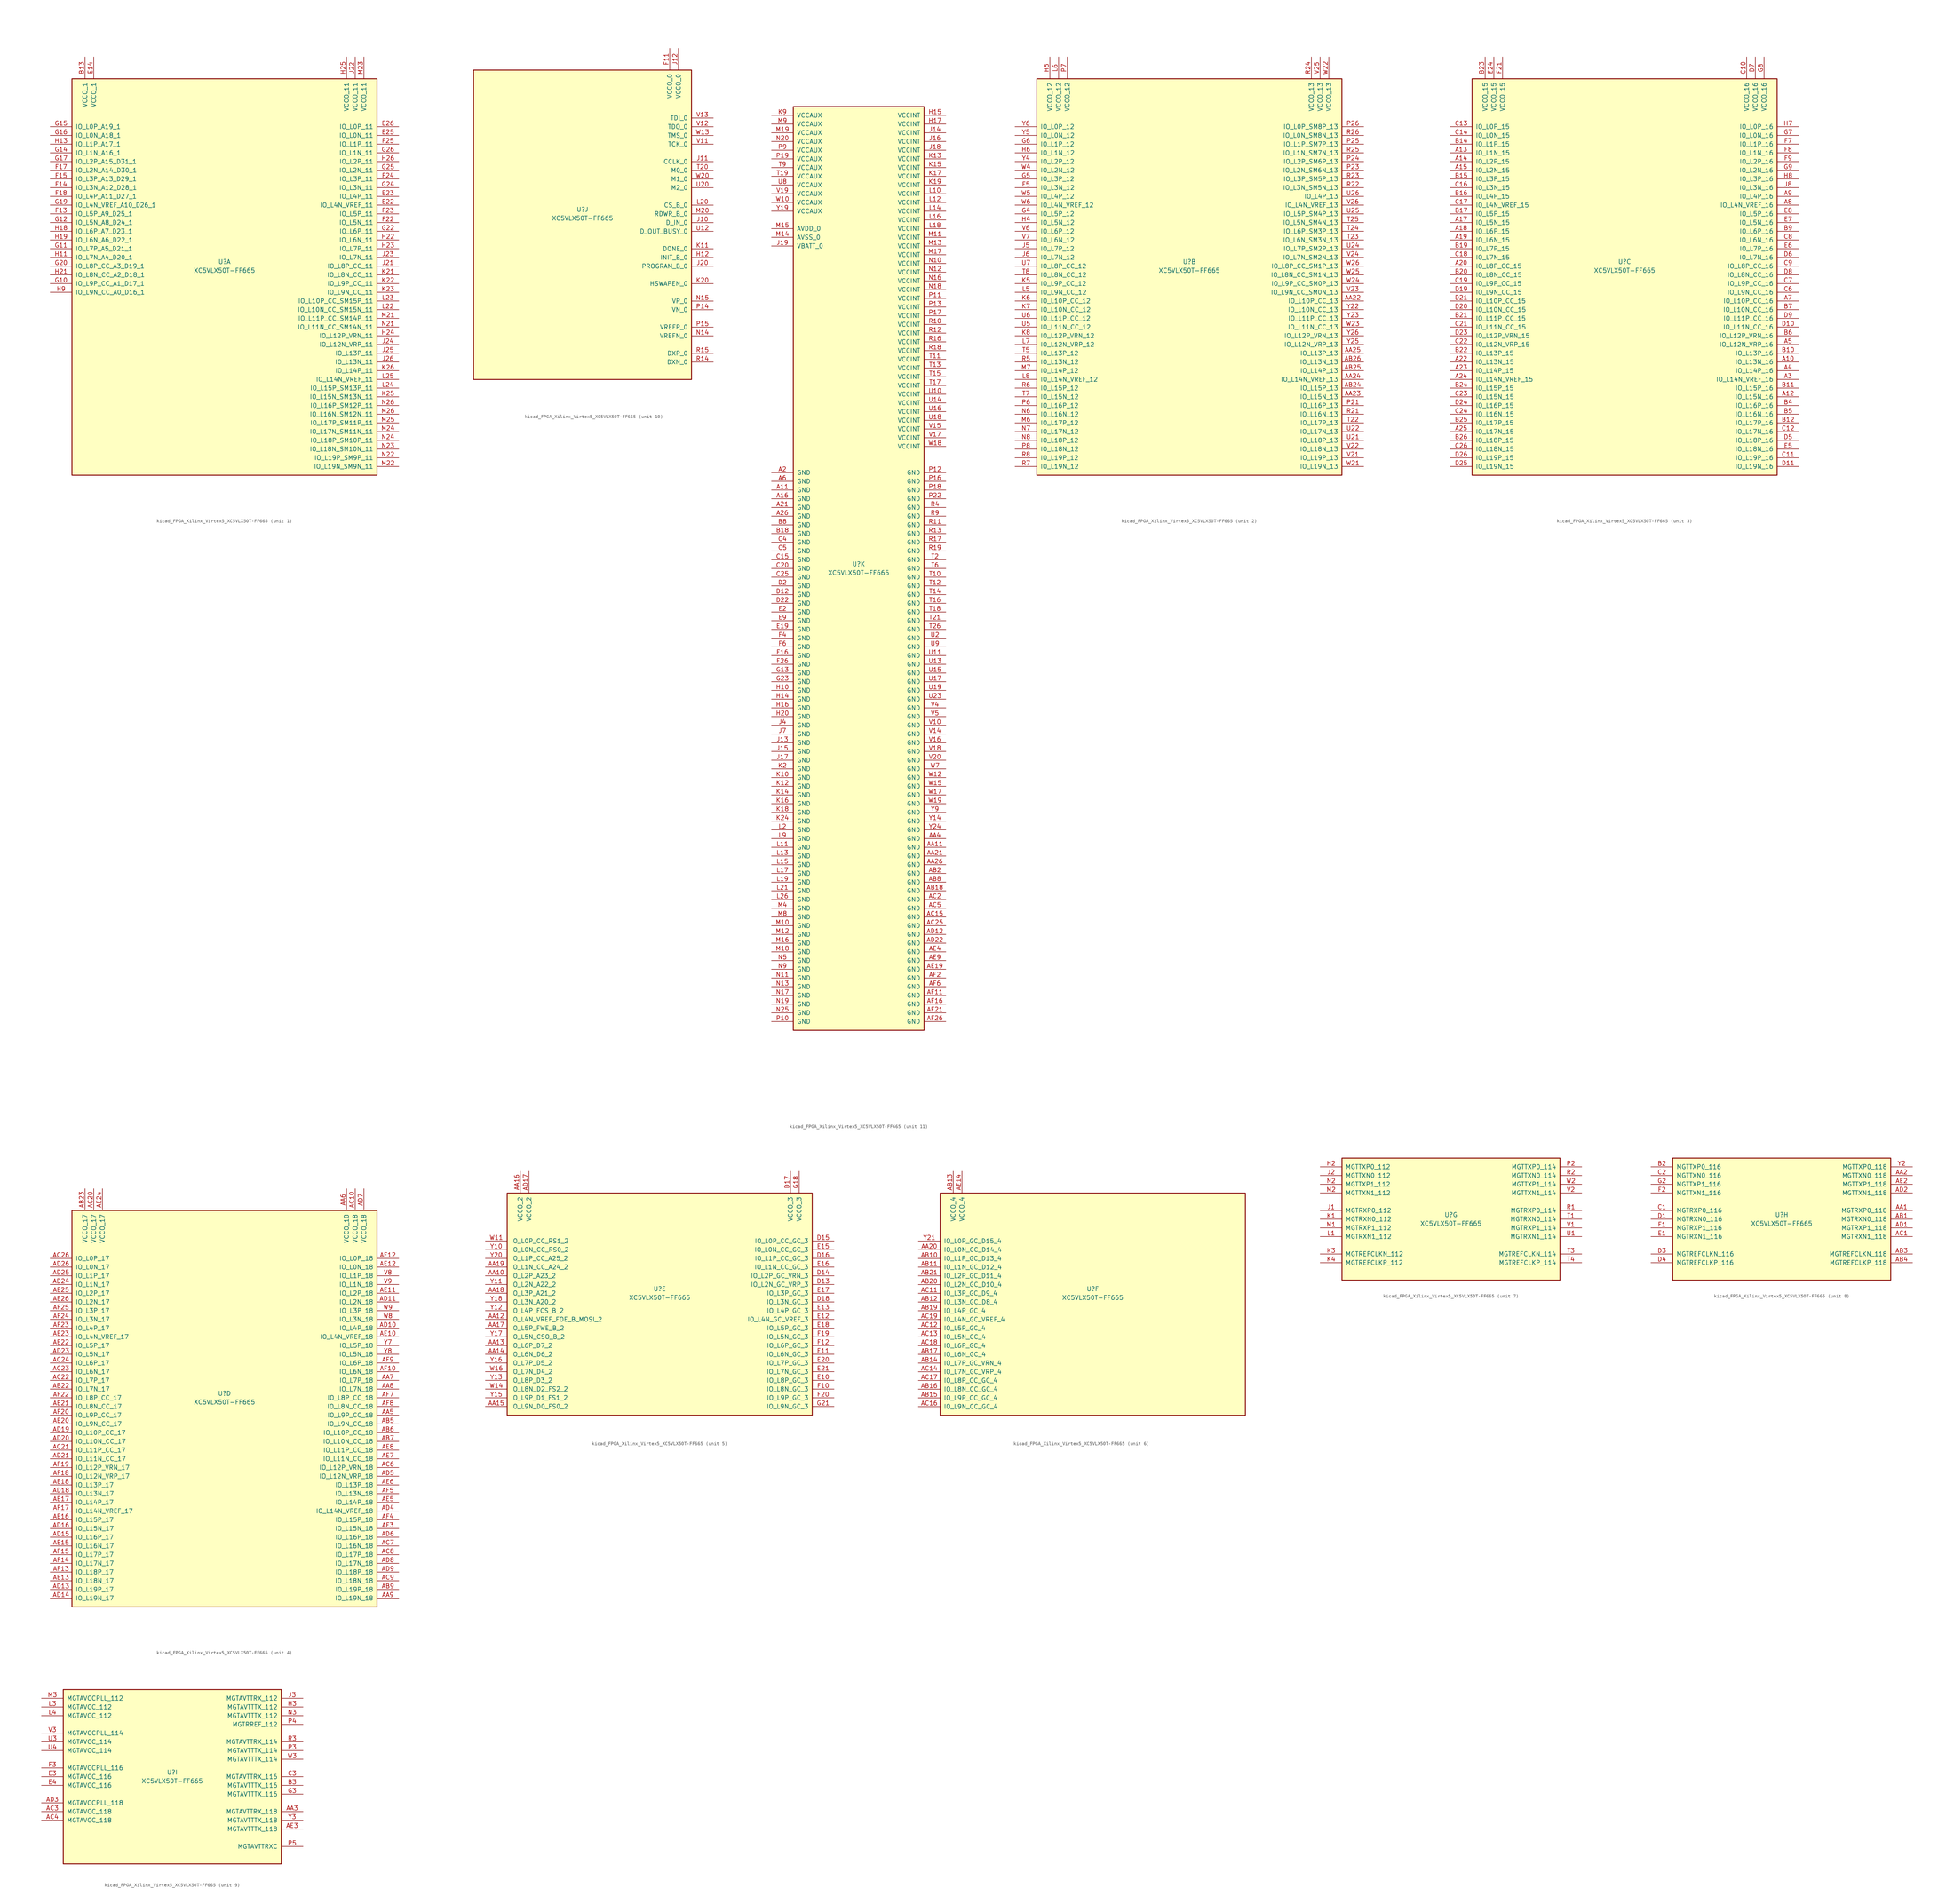
<source format=kicad_sym>
(kicad_symbol_lib
  (version 20220914)
  (generator kicad_symbol_editor)
  (symbol "kicad_FPGA_Xilinx_Virtex5_XC5VLX50T-FF665"
    (pin_names
      (offset 1.016))
    (property "Reference" "U"
      (at 0 1.27 0)
      (effects (font (size 1.27 1.27))))
    (property "Value" "XC5VLX50T-FF665"
      (at 0 -1.27 0)
      (effects (font (size 1.27 1.27))))
    (property "Datasheet" ""
      (at 0 0 0)
      (effects (font (size 1.27 1.27))))
    (property "ki_locked" ""
      (at 0 0 0)
      (effects (font (size 1.27 1.27))))
    (symbol "kicad_FPGA_Xilinx_Virtex5_XC5VLX50T-FF665_1_1"
      (rectangle (start -44.45 54.61) (end 44.45 -60.96) (stroke (width 0.254) (type default)) (fill (type background)))
      (pin power_in line (at -40.64 60.96 270) (length 6.35) (name "VCCO_1" (effects (font (size 1.27 1.27)))) (number "B13" (effects (font (size 1.27 1.27)))))
      (pin power_in line (at -38.1 60.96 270) (length 6.35) (name "VCCO_1" (effects (font (size 1.27 1.27)))) (number "E14" (effects (font (size 1.27 1.27)))))
      (pin bidirectional line (at 50.8 17.78 180) (length 6.35) (name "IO_L4N_VREF_11" (effects (font (size 1.27 1.27)))) (number "E22" (effects (font (size 1.27 1.27)))))
      (pin bidirectional line (at 50.8 20.32 180) (length 6.35) (name "IO_L4P_11" (effects (font (size 1.27 1.27)))) (number "E23" (effects (font (size 1.27 1.27)))))
      (pin bidirectional line (at 50.8 38.1 180) (length 6.35) (name "IO_L0N_11" (effects (font (size 1.27 1.27)))) (number "E25" (effects (font (size 1.27 1.27)))))
      (pin bidirectional line (at 50.8 40.64 180) (length 6.35) (name "IO_L0P_11" (effects (font (size 1.27 1.27)))) (number "E26" (effects (font (size 1.27 1.27)))))
      (pin bidirectional line (at -50.8 15.24 0) (length 6.35) (name "IO_L5P_A9_D25_1" (effects (font (size 1.27 1.27)))) (number "F13" (effects (font (size 1.27 1.27)))))
      (pin bidirectional line (at -50.8 22.86 0) (length 6.35) (name "IO_L3N_A12_D28_1" (effects (font (size 1.27 1.27)))) (number "F14" (effects (font (size 1.27 1.27)))))
      (pin bidirectional line (at -50.8 25.4 0) (length 6.35) (name "IO_L3P_A13_D29_1" (effects (font (size 1.27 1.27)))) (number "F15" (effects (font (size 1.27 1.27)))))
      (pin bidirectional line (at -50.8 27.94 0) (length 6.35) (name "IO_L2N_A14_D30_1" (effects (font (size 1.27 1.27)))) (number "F17" (effects (font (size 1.27 1.27)))))
      (pin bidirectional line (at -50.8 20.32 0) (length 6.35) (name "IO_L4P_A11_D27_1" (effects (font (size 1.27 1.27)))) (number "F18" (effects (font (size 1.27 1.27)))))
      (pin bidirectional line (at 50.8 12.7 180) (length 6.35) (name "IO_L5N_11" (effects (font (size 1.27 1.27)))) (number "F22" (effects (font (size 1.27 1.27)))))
      (pin bidirectional line (at 50.8 15.24 180) (length 6.35) (name "IO_L5P_11" (effects (font (size 1.27 1.27)))) (number "F23" (effects (font (size 1.27 1.27)))))
      (pin bidirectional line (at 50.8 25.4 180) (length 6.35) (name "IO_L3P_11" (effects (font (size 1.27 1.27)))) (number "F24" (effects (font (size 1.27 1.27)))))
      (pin bidirectional line (at 50.8 35.56 180) (length 6.35) (name "IO_L1P_11" (effects (font (size 1.27 1.27)))) (number "F25" (effects (font (size 1.27 1.27)))))
      (pin bidirectional line (at -50.8 -5.08 0) (length 6.35) (name "IO_L9P_CC_A1_D17_1" (effects (font (size 1.27 1.27)))) (number "G10" (effects (font (size 1.27 1.27)))))
      (pin bidirectional line (at -50.8 5.08 0) (length 6.35) (name "IO_L7P_A5_D21_1" (effects (font (size 1.27 1.27)))) (number "G11" (effects (font (size 1.27 1.27)))))
      (pin bidirectional line (at -50.8 12.7 0) (length 6.35) (name "IO_L5N_A8_D24_1" (effects (font (size 1.27 1.27)))) (number "G12" (effects (font (size 1.27 1.27)))))
      (pin bidirectional line (at -50.8 33.02 0) (length 6.35) (name "IO_L1N_A16_1" (effects (font (size 1.27 1.27)))) (number "G14" (effects (font (size 1.27 1.27)))))
      (pin bidirectional line (at -50.8 40.64 0) (length 6.35) (name "IO_L0P_A19_1" (effects (font (size 1.27 1.27)))) (number "G15" (effects (font (size 1.27 1.27)))))
      (pin bidirectional line (at -50.8 38.1 0) (length 6.35) (name "IO_L0N_A18_1" (effects (font (size 1.27 1.27)))) (number "G16" (effects (font (size 1.27 1.27)))))
      (pin bidirectional line (at -50.8 30.48 0) (length 6.35) (name "IO_L2P_A15_D31_1" (effects (font (size 1.27 1.27)))) (number "G17" (effects (font (size 1.27 1.27)))))
      (pin bidirectional line (at -50.8 17.78 0) (length 6.35) (name "IO_L4N_VREF_A10_D26_1" (effects (font (size 1.27 1.27)))) (number "G19" (effects (font (size 1.27 1.27)))))
      (pin bidirectional line (at -50.8 0 0) (length 6.35) (name "IO_L8P_CC_A3_D19_1" (effects (font (size 1.27 1.27)))) (number "G20" (effects (font (size 1.27 1.27)))))
      (pin bidirectional line (at 50.8 10.16 180) (length 6.35) (name "IO_L6P_11" (effects (font (size 1.27 1.27)))) (number "G22" (effects (font (size 1.27 1.27)))))
      (pin bidirectional line (at 50.8 22.86 180) (length 6.35) (name "IO_L3N_11" (effects (font (size 1.27 1.27)))) (number "G24" (effects (font (size 1.27 1.27)))))
      (pin bidirectional line (at 50.8 27.94 180) (length 6.35) (name "IO_L2N_11" (effects (font (size 1.27 1.27)))) (number "G25" (effects (font (size 1.27 1.27)))))
      (pin bidirectional line (at 50.8 33.02 180) (length 6.35) (name "IO_L1N_11" (effects (font (size 1.27 1.27)))) (number "G26" (effects (font (size 1.27 1.27)))))
      (pin bidirectional line (at -50.8 2.54 0) (length 6.35) (name "IO_L7N_A4_D20_1" (effects (font (size 1.27 1.27)))) (number "H11" (effects (font (size 1.27 1.27)))))
      (pin bidirectional line (at -50.8 35.56 0) (length 6.35) (name "IO_L1P_A17_1" (effects (font (size 1.27 1.27)))) (number "H13" (effects (font (size 1.27 1.27)))))
      (pin bidirectional line (at -50.8 10.16 0) (length 6.35) (name "IO_L6P_A7_D23_1" (effects (font (size 1.27 1.27)))) (number "H18" (effects (font (size 1.27 1.27)))))
      (pin bidirectional line (at -50.8 7.62 0) (length 6.35) (name "IO_L6N_A6_D22_1" (effects (font (size 1.27 1.27)))) (number "H19" (effects (font (size 1.27 1.27)))))
      (pin bidirectional line (at -50.8 -2.54 0) (length 6.35) (name "IO_L8N_CC_A2_D18_1" (effects (font (size 1.27 1.27)))) (number "H21" (effects (font (size 1.27 1.27)))))
      (pin bidirectional line (at 50.8 7.62 180) (length 6.35) (name "IO_L6N_11" (effects (font (size 1.27 1.27)))) (number "H22" (effects (font (size 1.27 1.27)))))
      (pin bidirectional line (at 50.8 5.08 180) (length 6.35) (name "IO_L7P_11" (effects (font (size 1.27 1.27)))) (number "H23" (effects (font (size 1.27 1.27)))))
      (pin bidirectional line (at 50.8 -20.32 180) (length 6.35) (name "IO_L12P_VRN_11" (effects (font (size 1.27 1.27)))) (number "H24" (effects (font (size 1.27 1.27)))))
      (pin power_in line (at 35.56 60.96 270) (length 6.35) (name "VCCO_11" (effects (font (size 1.27 1.27)))) (number "H25" (effects (font (size 1.27 1.27)))))
      (pin bidirectional line (at 50.8 30.48 180) (length 6.35) (name "IO_L2P_11" (effects (font (size 1.27 1.27)))) (number "H26" (effects (font (size 1.27 1.27)))))
      (pin bidirectional line (at -50.8 -7.62 0) (length 6.35) (name "IO_L9N_CC_A0_D16_1" (effects (font (size 1.27 1.27)))) (number "H9" (effects (font (size 1.27 1.27)))))
      (pin bidirectional line (at 50.8 0 180) (length 6.35) (name "IO_L8P_CC_11" (effects (font (size 1.27 1.27)))) (number "J21" (effects (font (size 1.27 1.27)))))
      (pin power_in line (at 38.1 60.96 270) (length 6.35) (name "VCCO_11" (effects (font (size 1.27 1.27)))) (number "J22" (effects (font (size 1.27 1.27)))))
      (pin bidirectional line (at 50.8 2.54 180) (length 6.35) (name "IO_L7N_11" (effects (font (size 1.27 1.27)))) (number "J23" (effects (font (size 1.27 1.27)))))
      (pin bidirectional line (at 50.8 -22.86 180) (length 6.35) (name "IO_L12N_VRP_11" (effects (font (size 1.27 1.27)))) (number "J24" (effects (font (size 1.27 1.27)))))
      (pin bidirectional line (at 50.8 -25.4 180) (length 6.35) (name "IO_L13P_11" (effects (font (size 1.27 1.27)))) (number "J25" (effects (font (size 1.27 1.27)))))
      (pin bidirectional line (at 50.8 -27.94 180) (length 6.35) (name "IO_L13N_11" (effects (font (size 1.27 1.27)))) (number "J26" (effects (font (size 1.27 1.27)))))
      (pin bidirectional line (at 50.8 -2.54 180) (length 6.35) (name "IO_L8N_CC_11" (effects (font (size 1.27 1.27)))) (number "K21" (effects (font (size 1.27 1.27)))))
      (pin bidirectional line (at 50.8 -5.08 180) (length 6.35) (name "IO_L9P_CC_11" (effects (font (size 1.27 1.27)))) (number "K22" (effects (font (size 1.27 1.27)))))
      (pin bidirectional line (at 50.8 -7.62 180) (length 6.35) (name "IO_L9N_CC_11" (effects (font (size 1.27 1.27)))) (number "K23" (effects (font (size 1.27 1.27)))))
      (pin bidirectional line (at 50.8 -38.1 180) (length 6.35) (name "IO_L15N_SM13N_11" (effects (font (size 1.27 1.27)))) (number "K25" (effects (font (size 1.27 1.27)))))
      (pin bidirectional line (at 50.8 -30.48 180) (length 6.35) (name "IO_L14P_11" (effects (font (size 1.27 1.27)))) (number "K26" (effects (font (size 1.27 1.27)))))
      (pin bidirectional line (at 50.8 -12.7 180) (length 6.35) (name "IO_L10N_CC_SM15N_11" (effects (font (size 1.27 1.27)))) (number "L22" (effects (font (size 1.27 1.27)))))
      (pin bidirectional line (at 50.8 -10.16 180) (length 6.35) (name "IO_L10P_CC_SM15P_11" (effects (font (size 1.27 1.27)))) (number "L23" (effects (font (size 1.27 1.27)))))
      (pin bidirectional line (at 50.8 -35.56 180) (length 6.35) (name "IO_L15P_SM13P_11" (effects (font (size 1.27 1.27)))) (number "L24" (effects (font (size 1.27 1.27)))))
      (pin bidirectional line (at 50.8 -33.02 180) (length 6.35) (name "IO_L14N_VREF_11" (effects (font (size 1.27 1.27)))) (number "L25" (effects (font (size 1.27 1.27)))))
      (pin bidirectional line (at 50.8 -15.24 180) (length 6.35) (name "IO_L11P_CC_SM14P_11" (effects (font (size 1.27 1.27)))) (number "M21" (effects (font (size 1.27 1.27)))))
      (pin bidirectional line (at 50.8 -58.42 180) (length 6.35) (name "IO_L19N_SM9N_11" (effects (font (size 1.27 1.27)))) (number "M22" (effects (font (size 1.27 1.27)))))
      (pin power_in line (at 40.64 60.96 270) (length 6.35) (name "VCCO_11" (effects (font (size 1.27 1.27)))) (number "M23" (effects (font (size 1.27 1.27)))))
      (pin bidirectional line (at 50.8 -48.26 180) (length 6.35) (name "IO_L17N_SM11N_11" (effects (font (size 1.27 1.27)))) (number "M24" (effects (font (size 1.27 1.27)))))
      (pin bidirectional line (at 50.8 -45.72 180) (length 6.35) (name "IO_L17P_SM11P_11" (effects (font (size 1.27 1.27)))) (number "M25" (effects (font (size 1.27 1.27)))))
      (pin bidirectional line (at 50.8 -43.18 180) (length 6.35) (name "IO_L16N_SM12N_11" (effects (font (size 1.27 1.27)))) (number "M26" (effects (font (size 1.27 1.27)))))
      (pin bidirectional line (at 50.8 -17.78 180) (length 6.35) (name "IO_L11N_CC_SM14N_11" (effects (font (size 1.27 1.27)))) (number "N21" (effects (font (size 1.27 1.27)))))
      (pin bidirectional line (at 50.8 -55.88 180) (length 6.35) (name "IO_L19P_SM9P_11" (effects (font (size 1.27 1.27)))) (number "N22" (effects (font (size 1.27 1.27)))))
      (pin bidirectional line (at 50.8 -53.34 180) (length 6.35) (name "IO_L18N_SM10N_11" (effects (font (size 1.27 1.27)))) (number "N23" (effects (font (size 1.27 1.27)))))
      (pin bidirectional line (at 50.8 -50.8 180) (length 6.35) (name "IO_L18P_SM10P_11" (effects (font (size 1.27 1.27)))) (number "N24" (effects (font (size 1.27 1.27)))))
      (pin bidirectional line (at 50.8 -40.64 180) (length 6.35) (name "IO_L16P_SM12P_11" (effects (font (size 1.27 1.27)))) (number "N26" (effects (font (size 1.27 1.27))))))
    (symbol "kicad_FPGA_Xilinx_Virtex5_XC5VLX50T-FF665_2_1"
      (rectangle (start -44.45 54.61) (end 44.45 -60.96) (stroke (width 0.254) (type default)) (fill (type background)))
      (pin bidirectional line (at 50.8 -10.16 180) (length 6.35) (name "IO_L10P_CC_13" (effects (font (size 1.27 1.27)))) (number "AA22" (effects (font (size 1.27 1.27)))))
      (pin bidirectional line (at 50.8 -38.1 180) (length 6.35) (name "IO_L15N_13" (effects (font (size 1.27 1.27)))) (number "AA23" (effects (font (size 1.27 1.27)))))
      (pin bidirectional line (at 50.8 -33.02 180) (length 6.35) (name "IO_L14N_VREF_13" (effects (font (size 1.27 1.27)))) (number "AA24" (effects (font (size 1.27 1.27)))))
      (pin bidirectional line (at 50.8 -25.4 180) (length 6.35) (name "IO_L13P_13" (effects (font (size 1.27 1.27)))) (number "AA25" (effects (font (size 1.27 1.27)))))
      (pin bidirectional line (at 50.8 -35.56 180) (length 6.35) (name "IO_L15P_13" (effects (font (size 1.27 1.27)))) (number "AB24" (effects (font (size 1.27 1.27)))))
      (pin bidirectional line (at 50.8 -30.48 180) (length 6.35) (name "IO_L14P_13" (effects (font (size 1.27 1.27)))) (number "AB25" (effects (font (size 1.27 1.27)))))
      (pin bidirectional line (at 50.8 -27.94 180) (length 6.35) (name "IO_L13N_13" (effects (font (size 1.27 1.27)))) (number "AB26" (effects (font (size 1.27 1.27)))))
      (pin bidirectional line (at -50.8 22.86 0) (length 6.35) (name "IO_L3N_12" (effects (font (size 1.27 1.27)))) (number "F5" (effects (font (size 1.27 1.27)))))
      (pin bidirectional line (at -50.8 15.24 0) (length 6.35) (name "IO_L5P_12" (effects (font (size 1.27 1.27)))) (number "G4" (effects (font (size 1.27 1.27)))))
      (pin bidirectional line (at -50.8 25.4 0) (length 6.35) (name "IO_L3P_12" (effects (font (size 1.27 1.27)))) (number "G5" (effects (font (size 1.27 1.27)))))
      (pin bidirectional line (at -50.8 35.56 0) (length 6.35) (name "IO_L1P_12" (effects (font (size 1.27 1.27)))) (number "G6" (effects (font (size 1.27 1.27)))))
      (pin bidirectional line (at -50.8 12.7 0) (length 6.35) (name "IO_L5N_12" (effects (font (size 1.27 1.27)))) (number "H4" (effects (font (size 1.27 1.27)))))
      (pin power_in line (at -40.64 60.96 270) (length 6.35) (name "VCCO_12" (effects (font (size 1.27 1.27)))) (number "H5" (effects (font (size 1.27 1.27)))))
      (pin bidirectional line (at -50.8 33.02 0) (length 6.35) (name "IO_L1N_12" (effects (font (size 1.27 1.27)))) (number "H6" (effects (font (size 1.27 1.27)))))
      (pin bidirectional line (at -50.8 5.08 0) (length 6.35) (name "IO_L7P_12" (effects (font (size 1.27 1.27)))) (number "J5" (effects (font (size 1.27 1.27)))))
      (pin bidirectional line (at -50.8 2.54 0) (length 6.35) (name "IO_L7N_12" (effects (font (size 1.27 1.27)))) (number "J6" (effects (font (size 1.27 1.27)))))
      (pin bidirectional line (at -50.8 -5.08 0) (length 6.35) (name "IO_L9P_CC_12" (effects (font (size 1.27 1.27)))) (number "K5" (effects (font (size 1.27 1.27)))))
      (pin bidirectional line (at -50.8 -10.16 0) (length 6.35) (name "IO_L10P_CC_12" (effects (font (size 1.27 1.27)))) (number "K6" (effects (font (size 1.27 1.27)))))
      (pin bidirectional line (at -50.8 -12.7 0) (length 6.35) (name "IO_L10N_CC_12" (effects (font (size 1.27 1.27)))) (number "K7" (effects (font (size 1.27 1.27)))))
      (pin bidirectional line (at -50.8 -20.32 0) (length 6.35) (name "IO_L12P_VRN_12" (effects (font (size 1.27 1.27)))) (number "K8" (effects (font (size 1.27 1.27)))))
      (pin bidirectional line (at -50.8 -7.62 0) (length 6.35) (name "IO_L9N_CC_12" (effects (font (size 1.27 1.27)))) (number "L5" (effects (font (size 1.27 1.27)))))
      (pin power_in line (at -38.1 60.96 270) (length 6.35) (name "VCCO_12" (effects (font (size 1.27 1.27)))) (number "L6" (effects (font (size 1.27 1.27)))))
      (pin bidirectional line (at -50.8 -22.86 0) (length 6.35) (name "IO_L12N_VRP_12" (effects (font (size 1.27 1.27)))) (number "L7" (effects (font (size 1.27 1.27)))))
      (pin bidirectional line (at -50.8 -33.02 0) (length 6.35) (name "IO_L14N_VREF_12" (effects (font (size 1.27 1.27)))) (number "L8" (effects (font (size 1.27 1.27)))))
      (pin bidirectional line (at -50.8 -45.72 0) (length 6.35) (name "IO_L17P_12" (effects (font (size 1.27 1.27)))) (number "M6" (effects (font (size 1.27 1.27)))))
      (pin bidirectional line (at -50.8 -30.48 0) (length 6.35) (name "IO_L14P_12" (effects (font (size 1.27 1.27)))) (number "M7" (effects (font (size 1.27 1.27)))))
      (pin bidirectional line (at -50.8 -43.18 0) (length 6.35) (name "IO_L16N_12" (effects (font (size 1.27 1.27)))) (number "N6" (effects (font (size 1.27 1.27)))))
      (pin bidirectional line (at -50.8 -48.26 0) (length 6.35) (name "IO_L17N_12" (effects (font (size 1.27 1.27)))) (number "N7" (effects (font (size 1.27 1.27)))))
      (pin bidirectional line (at -50.8 -50.8 0) (length 6.35) (name "IO_L18P_12" (effects (font (size 1.27 1.27)))) (number "N8" (effects (font (size 1.27 1.27)))))
      (pin bidirectional line (at 50.8 -40.64 180) (length 6.35) (name "IO_L16P_13" (effects (font (size 1.27 1.27)))) (number "P21" (effects (font (size 1.27 1.27)))))
      (pin bidirectional line (at 50.8 27.94 180) (length 6.35) (name "IO_L2N_SM6N_13" (effects (font (size 1.27 1.27)))) (number "P23" (effects (font (size 1.27 1.27)))))
      (pin bidirectional line (at 50.8 30.48 180) (length 6.35) (name "IO_L2P_SM6P_13" (effects (font (size 1.27 1.27)))) (number "P24" (effects (font (size 1.27 1.27)))))
      (pin bidirectional line (at 50.8 35.56 180) (length 6.35) (name "IO_L1P_SM7P_13" (effects (font (size 1.27 1.27)))) (number "P25" (effects (font (size 1.27 1.27)))))
      (pin bidirectional line (at 50.8 40.64 180) (length 6.35) (name "IO_L0P_SM8P_13" (effects (font (size 1.27 1.27)))) (number "P26" (effects (font (size 1.27 1.27)))))
      (pin bidirectional line (at -50.8 -40.64 0) (length 6.35) (name "IO_L16P_12" (effects (font (size 1.27 1.27)))) (number "P6" (effects (font (size 1.27 1.27)))))
      (pin power_in line (at -35.56 60.96 270) (length 6.35) (name "VCCO_12" (effects (font (size 1.27 1.27)))) (number "P7" (effects (font (size 1.27 1.27)))))
      (pin bidirectional line (at -50.8 -53.34 0) (length 6.35) (name "IO_L18N_12" (effects (font (size 1.27 1.27)))) (number "P8" (effects (font (size 1.27 1.27)))))
      (pin bidirectional line (at 50.8 -43.18 180) (length 6.35) (name "IO_L16N_13" (effects (font (size 1.27 1.27)))) (number "R21" (effects (font (size 1.27 1.27)))))
      (pin bidirectional line (at 50.8 22.86 180) (length 6.35) (name "IO_L3N_SM5N_13" (effects (font (size 1.27 1.27)))) (number "R22" (effects (font (size 1.27 1.27)))))
      (pin bidirectional line (at 50.8 25.4 180) (length 6.35) (name "IO_L3P_SM5P_13" (effects (font (size 1.27 1.27)))) (number "R23" (effects (font (size 1.27 1.27)))))
      (pin power_in line (at 35.56 60.96 270) (length 6.35) (name "VCCO_13" (effects (font (size 1.27 1.27)))) (number "R24" (effects (font (size 1.27 1.27)))))
      (pin bidirectional line (at 50.8 33.02 180) (length 6.35) (name "IO_L1N_SM7N_13" (effects (font (size 1.27 1.27)))) (number "R25" (effects (font (size 1.27 1.27)))))
      (pin bidirectional line (at 50.8 38.1 180) (length 6.35) (name "IO_L0N_SM8N_13" (effects (font (size 1.27 1.27)))) (number "R26" (effects (font (size 1.27 1.27)))))
      (pin bidirectional line (at -50.8 -27.94 0) (length 6.35) (name "IO_L13N_12" (effects (font (size 1.27 1.27)))) (number "R5" (effects (font (size 1.27 1.27)))))
      (pin bidirectional line (at -50.8 -35.56 0) (length 6.35) (name "IO_L15P_12" (effects (font (size 1.27 1.27)))) (number "R6" (effects (font (size 1.27 1.27)))))
      (pin bidirectional line (at -50.8 -58.42 0) (length 6.35) (name "IO_L19N_12" (effects (font (size 1.27 1.27)))) (number "R7" (effects (font (size 1.27 1.27)))))
      (pin bidirectional line (at -50.8 -55.88 0) (length 6.35) (name "IO_L19P_12" (effects (font (size 1.27 1.27)))) (number "R8" (effects (font (size 1.27 1.27)))))
      (pin bidirectional line (at 50.8 -45.72 180) (length 6.35) (name "IO_L17P_13" (effects (font (size 1.27 1.27)))) (number "T22" (effects (font (size 1.27 1.27)))))
      (pin bidirectional line (at 50.8 7.62 180) (length 6.35) (name "IO_L6N_SM3N_13" (effects (font (size 1.27 1.27)))) (number "T23" (effects (font (size 1.27 1.27)))))
      (pin bidirectional line (at 50.8 10.16 180) (length 6.35) (name "IO_L6P_SM3P_13" (effects (font (size 1.27 1.27)))) (number "T24" (effects (font (size 1.27 1.27)))))
      (pin bidirectional line (at 50.8 12.7 180) (length 6.35) (name "IO_L5N_SM4N_13" (effects (font (size 1.27 1.27)))) (number "T25" (effects (font (size 1.27 1.27)))))
      (pin bidirectional line (at -50.8 -25.4 0) (length 6.35) (name "IO_L13P_12" (effects (font (size 1.27 1.27)))) (number "T5" (effects (font (size 1.27 1.27)))))
      (pin bidirectional line (at -50.8 -38.1 0) (length 6.35) (name "IO_L15N_12" (effects (font (size 1.27 1.27)))) (number "T7" (effects (font (size 1.27 1.27)))))
      (pin bidirectional line (at -50.8 -2.54 0) (length 6.35) (name "IO_L8N_CC_12" (effects (font (size 1.27 1.27)))) (number "T8" (effects (font (size 1.27 1.27)))))
      (pin bidirectional line (at 50.8 -50.8 180) (length 6.35) (name "IO_L18P_13" (effects (font (size 1.27 1.27)))) (number "U21" (effects (font (size 1.27 1.27)))))
      (pin bidirectional line (at 50.8 -48.26 180) (length 6.35) (name "IO_L17N_13" (effects (font (size 1.27 1.27)))) (number "U22" (effects (font (size 1.27 1.27)))))
      (pin bidirectional line (at 50.8 5.08 180) (length 6.35) (name "IO_L7P_SM2P_13" (effects (font (size 1.27 1.27)))) (number "U24" (effects (font (size 1.27 1.27)))))
      (pin bidirectional line (at 50.8 15.24 180) (length 6.35) (name "IO_L5P_SM4P_13" (effects (font (size 1.27 1.27)))) (number "U25" (effects (font (size 1.27 1.27)))))
      (pin bidirectional line (at 50.8 20.32 180) (length 6.35) (name "IO_L4P_13" (effects (font (size 1.27 1.27)))) (number "U26" (effects (font (size 1.27 1.27)))))
      (pin bidirectional line (at -50.8 -17.78 0) (length 6.35) (name "IO_L11N_CC_12" (effects (font (size 1.27 1.27)))) (number "U5" (effects (font (size 1.27 1.27)))))
      (pin bidirectional line (at -50.8 -15.24 0) (length 6.35) (name "IO_L11P_CC_12" (effects (font (size 1.27 1.27)))) (number "U6" (effects (font (size 1.27 1.27)))))
      (pin bidirectional line (at -50.8 0 0) (length 6.35) (name "IO_L8P_CC_12" (effects (font (size 1.27 1.27)))) (number "U7" (effects (font (size 1.27 1.27)))))
      (pin bidirectional line (at 50.8 -55.88 180) (length 6.35) (name "IO_L19P_13" (effects (font (size 1.27 1.27)))) (number "V21" (effects (font (size 1.27 1.27)))))
      (pin bidirectional line (at 50.8 -53.34 180) (length 6.35) (name "IO_L18N_13" (effects (font (size 1.27 1.27)))) (number "V22" (effects (font (size 1.27 1.27)))))
      (pin bidirectional line (at 50.8 -7.62 180) (length 6.35) (name "IO_L9N_CC_SM0N_13" (effects (font (size 1.27 1.27)))) (number "V23" (effects (font (size 1.27 1.27)))))
      (pin bidirectional line (at 50.8 2.54 180) (length 6.35) (name "IO_L7N_SM2N_13" (effects (font (size 1.27 1.27)))) (number "V24" (effects (font (size 1.27 1.27)))))
      (pin power_in line (at 38.1 60.96 270) (length 6.35) (name "VCCO_13" (effects (font (size 1.27 1.27)))) (number "V25" (effects (font (size 1.27 1.27)))))
      (pin bidirectional line (at 50.8 17.78 180) (length 6.35) (name "IO_L4N_VREF_13" (effects (font (size 1.27 1.27)))) (number "V26" (effects (font (size 1.27 1.27)))))
      (pin bidirectional line (at -50.8 10.16 0) (length 6.35) (name "IO_L6P_12" (effects (font (size 1.27 1.27)))) (number "V6" (effects (font (size 1.27 1.27)))))
      (pin bidirectional line (at -50.8 7.62 0) (length 6.35) (name "IO_L6N_12" (effects (font (size 1.27 1.27)))) (number "V7" (effects (font (size 1.27 1.27)))))
      (pin bidirectional line (at 50.8 -58.42 180) (length 6.35) (name "IO_L19N_13" (effects (font (size 1.27 1.27)))) (number "W21" (effects (font (size 1.27 1.27)))))
      (pin power_in line (at 40.64 60.96 270) (length 6.35) (name "VCCO_13" (effects (font (size 1.27 1.27)))) (number "W22" (effects (font (size 1.27 1.27)))))
      (pin bidirectional line (at 50.8 -17.78 180) (length 6.35) (name "IO_L11N_CC_13" (effects (font (size 1.27 1.27)))) (number "W23" (effects (font (size 1.27 1.27)))))
      (pin bidirectional line (at 50.8 -5.08 180) (length 6.35) (name "IO_L9P_CC_SM0P_13" (effects (font (size 1.27 1.27)))) (number "W24" (effects (font (size 1.27 1.27)))))
      (pin bidirectional line (at 50.8 -2.54 180) (length 6.35) (name "IO_L8N_CC_SM1N_13" (effects (font (size 1.27 1.27)))) (number "W25" (effects (font (size 1.27 1.27)))))
      (pin bidirectional line (at 50.8 0 180) (length 6.35) (name "IO_L8P_CC_SM1P_13" (effects (font (size 1.27 1.27)))) (number "W26" (effects (font (size 1.27 1.27)))))
      (pin bidirectional line (at -50.8 27.94 0) (length 6.35) (name "IO_L2N_12" (effects (font (size 1.27 1.27)))) (number "W4" (effects (font (size 1.27 1.27)))))
      (pin bidirectional line (at -50.8 20.32 0) (length 6.35) (name "IO_L4P_12" (effects (font (size 1.27 1.27)))) (number "W5" (effects (font (size 1.27 1.27)))))
      (pin bidirectional line (at -50.8 17.78 0) (length 6.35) (name "IO_L4N_VREF_12" (effects (font (size 1.27 1.27)))) (number "W6" (effects (font (size 1.27 1.27)))))
      (pin bidirectional line (at 50.8 -12.7 180) (length 6.35) (name "IO_L10N_CC_13" (effects (font (size 1.27 1.27)))) (number "Y22" (effects (font (size 1.27 1.27)))))
      (pin bidirectional line (at 50.8 -15.24 180) (length 6.35) (name "IO_L11P_CC_13" (effects (font (size 1.27 1.27)))) (number "Y23" (effects (font (size 1.27 1.27)))))
      (pin bidirectional line (at 50.8 -22.86 180) (length 6.35) (name "IO_L12N_VRP_13" (effects (font (size 1.27 1.27)))) (number "Y25" (effects (font (size 1.27 1.27)))))
      (pin bidirectional line (at 50.8 -20.32 180) (length 6.35) (name "IO_L12P_VRN_13" (effects (font (size 1.27 1.27)))) (number "Y26" (effects (font (size 1.27 1.27)))))
      (pin bidirectional line (at -50.8 30.48 0) (length 6.35) (name "IO_L2P_12" (effects (font (size 1.27 1.27)))) (number "Y4" (effects (font (size 1.27 1.27)))))
      (pin bidirectional line (at -50.8 38.1 0) (length 6.35) (name "IO_L0N_12" (effects (font (size 1.27 1.27)))) (number "Y5" (effects (font (size 1.27 1.27)))))
      (pin bidirectional line (at -50.8 40.64 0) (length 6.35) (name "IO_L0P_12" (effects (font (size 1.27 1.27)))) (number "Y6" (effects (font (size 1.27 1.27))))))
    (symbol "kicad_FPGA_Xilinx_Virtex5_XC5VLX50T-FF665_3_1"
      (rectangle (start -44.45 54.61) (end 44.45 -60.96) (stroke (width 0.254) (type default)) (fill (type background)))
      (pin bidirectional line (at 50.8 -27.94 180) (length 6.35) (name "IO_L13N_16" (effects (font (size 1.27 1.27)))) (number "A10" (effects (font (size 1.27 1.27)))))
      (pin bidirectional line (at 50.8 -38.1 180) (length 6.35) (name "IO_L15N_16" (effects (font (size 1.27 1.27)))) (number "A12" (effects (font (size 1.27 1.27)))))
      (pin bidirectional line (at -50.8 33.02 0) (length 6.35) (name "IO_L1N_15" (effects (font (size 1.27 1.27)))) (number "A13" (effects (font (size 1.27 1.27)))))
      (pin bidirectional line (at -50.8 30.48 0) (length 6.35) (name "IO_L2P_15" (effects (font (size 1.27 1.27)))) (number "A14" (effects (font (size 1.27 1.27)))))
      (pin bidirectional line (at -50.8 27.94 0) (length 6.35) (name "IO_L2N_15" (effects (font (size 1.27 1.27)))) (number "A15" (effects (font (size 1.27 1.27)))))
      (pin bidirectional line (at -50.8 12.7 0) (length 6.35) (name "IO_L5N_15" (effects (font (size 1.27 1.27)))) (number "A17" (effects (font (size 1.27 1.27)))))
      (pin bidirectional line (at -50.8 10.16 0) (length 6.35) (name "IO_L6P_15" (effects (font (size 1.27 1.27)))) (number "A18" (effects (font (size 1.27 1.27)))))
      (pin bidirectional line (at -50.8 7.62 0) (length 6.35) (name "IO_L6N_15" (effects (font (size 1.27 1.27)))) (number "A19" (effects (font (size 1.27 1.27)))))
      (pin bidirectional line (at -50.8 0 0) (length 6.35) (name "IO_L8P_CC_15" (effects (font (size 1.27 1.27)))) (number "A20" (effects (font (size 1.27 1.27)))))
      (pin bidirectional line (at -50.8 -27.94 0) (length 6.35) (name "IO_L13N_15" (effects (font (size 1.27 1.27)))) (number "A22" (effects (font (size 1.27 1.27)))))
      (pin bidirectional line (at -50.8 -30.48 0) (length 6.35) (name "IO_L14P_15" (effects (font (size 1.27 1.27)))) (number "A23" (effects (font (size 1.27 1.27)))))
      (pin bidirectional line (at -50.8 -33.02 0) (length 6.35) (name "IO_L14N_VREF_15" (effects (font (size 1.27 1.27)))) (number "A24" (effects (font (size 1.27 1.27)))))
      (pin bidirectional line (at -50.8 -48.26 0) (length 6.35) (name "IO_L17N_15" (effects (font (size 1.27 1.27)))) (number "A25" (effects (font (size 1.27 1.27)))))
      (pin bidirectional line (at 50.8 -33.02 180) (length 6.35) (name "IO_L14N_VREF_16" (effects (font (size 1.27 1.27)))) (number "A3" (effects (font (size 1.27 1.27)))))
      (pin bidirectional line (at 50.8 -30.48 180) (length 6.35) (name "IO_L14P_16" (effects (font (size 1.27 1.27)))) (number "A4" (effects (font (size 1.27 1.27)))))
      (pin bidirectional line (at 50.8 -22.86 180) (length 6.35) (name "IO_L12N_VRP_16" (effects (font (size 1.27 1.27)))) (number "A5" (effects (font (size 1.27 1.27)))))
      (pin bidirectional line (at 50.8 -10.16 180) (length 6.35) (name "IO_L10P_CC_16" (effects (font (size 1.27 1.27)))) (number "A7" (effects (font (size 1.27 1.27)))))
      (pin bidirectional line (at 50.8 17.78 180) (length 6.35) (name "IO_L4N_VREF_16" (effects (font (size 1.27 1.27)))) (number "A8" (effects (font (size 1.27 1.27)))))
      (pin bidirectional line (at 50.8 20.32 180) (length 6.35) (name "IO_L4P_16" (effects (font (size 1.27 1.27)))) (number "A9" (effects (font (size 1.27 1.27)))))
      (pin bidirectional line (at 50.8 -25.4 180) (length 6.35) (name "IO_L13P_16" (effects (font (size 1.27 1.27)))) (number "B10" (effects (font (size 1.27 1.27)))))
      (pin bidirectional line (at 50.8 -35.56 180) (length 6.35) (name "IO_L15P_16" (effects (font (size 1.27 1.27)))) (number "B11" (effects (font (size 1.27 1.27)))))
      (pin bidirectional line (at 50.8 -45.72 180) (length 6.35) (name "IO_L17P_16" (effects (font (size 1.27 1.27)))) (number "B12" (effects (font (size 1.27 1.27)))))
      (pin bidirectional line (at -50.8 35.56 0) (length 6.35) (name "IO_L1P_15" (effects (font (size 1.27 1.27)))) (number "B14" (effects (font (size 1.27 1.27)))))
      (pin bidirectional line (at -50.8 25.4 0) (length 6.35) (name "IO_L3P_15" (effects (font (size 1.27 1.27)))) (number "B15" (effects (font (size 1.27 1.27)))))
      (pin bidirectional line (at -50.8 20.32 0) (length 6.35) (name "IO_L4P_15" (effects (font (size 1.27 1.27)))) (number "B16" (effects (font (size 1.27 1.27)))))
      (pin bidirectional line (at -50.8 15.24 0) (length 6.35) (name "IO_L5P_15" (effects (font (size 1.27 1.27)))) (number "B17" (effects (font (size 1.27 1.27)))))
      (pin bidirectional line (at -50.8 5.08 0) (length 6.35) (name "IO_L7P_15" (effects (font (size 1.27 1.27)))) (number "B19" (effects (font (size 1.27 1.27)))))
      (pin bidirectional line (at -50.8 -2.54 0) (length 6.35) (name "IO_L8N_CC_15" (effects (font (size 1.27 1.27)))) (number "B20" (effects (font (size 1.27 1.27)))))
      (pin bidirectional line (at -50.8 -15.24 0) (length 6.35) (name "IO_L11P_CC_15" (effects (font (size 1.27 1.27)))) (number "B21" (effects (font (size 1.27 1.27)))))
      (pin bidirectional line (at -50.8 -25.4 0) (length 6.35) (name "IO_L13P_15" (effects (font (size 1.27 1.27)))) (number "B22" (effects (font (size 1.27 1.27)))))
      (pin power_in line (at -40.64 60.96 270) (length 6.35) (name "VCCO_15" (effects (font (size 1.27 1.27)))) (number "B23" (effects (font (size 1.27 1.27)))))
      (pin bidirectional line (at -50.8 -35.56 0) (length 6.35) (name "IO_L15P_15" (effects (font (size 1.27 1.27)))) (number "B24" (effects (font (size 1.27 1.27)))))
      (pin bidirectional line (at -50.8 -45.72 0) (length 6.35) (name "IO_L17P_15" (effects (font (size 1.27 1.27)))) (number "B25" (effects (font (size 1.27 1.27)))))
      (pin bidirectional line (at -50.8 -50.8 0) (length 6.35) (name "IO_L18P_15" (effects (font (size 1.27 1.27)))) (number "B26" (effects (font (size 1.27 1.27)))))
      (pin bidirectional line (at 50.8 -40.64 180) (length 6.35) (name "IO_L16P_16" (effects (font (size 1.27 1.27)))) (number "B4" (effects (font (size 1.27 1.27)))))
      (pin bidirectional line (at 50.8 -43.18 180) (length 6.35) (name "IO_L16N_16" (effects (font (size 1.27 1.27)))) (number "B5" (effects (font (size 1.27 1.27)))))
      (pin bidirectional line (at 50.8 -20.32 180) (length 6.35) (name "IO_L12P_VRN_16" (effects (font (size 1.27 1.27)))) (number "B6" (effects (font (size 1.27 1.27)))))
      (pin bidirectional line (at 50.8 -12.7 180) (length 6.35) (name "IO_L10N_CC_16" (effects (font (size 1.27 1.27)))) (number "B7" (effects (font (size 1.27 1.27)))))
      (pin bidirectional line (at 50.8 10.16 180) (length 6.35) (name "IO_L6P_16" (effects (font (size 1.27 1.27)))) (number "B9" (effects (font (size 1.27 1.27)))))
      (pin power_in line (at 35.56 60.96 270) (length 6.35) (name "VCCO_16" (effects (font (size 1.27 1.27)))) (number "C10" (effects (font (size 1.27 1.27)))))
      (pin bidirectional line (at 50.8 -55.88 180) (length 6.35) (name "IO_L19P_16" (effects (font (size 1.27 1.27)))) (number "C11" (effects (font (size 1.27 1.27)))))
      (pin bidirectional line (at 50.8 -48.26 180) (length 6.35) (name "IO_L17N_16" (effects (font (size 1.27 1.27)))) (number "C12" (effects (font (size 1.27 1.27)))))
      (pin bidirectional line (at -50.8 40.64 0) (length 6.35) (name "IO_L0P_15" (effects (font (size 1.27 1.27)))) (number "C13" (effects (font (size 1.27 1.27)))))
      (pin bidirectional line (at -50.8 38.1 0) (length 6.35) (name "IO_L0N_15" (effects (font (size 1.27 1.27)))) (number "C14" (effects (font (size 1.27 1.27)))))
      (pin bidirectional line (at -50.8 22.86 0) (length 6.35) (name "IO_L3N_15" (effects (font (size 1.27 1.27)))) (number "C16" (effects (font (size 1.27 1.27)))))
      (pin bidirectional line (at -50.8 17.78 0) (length 6.35) (name "IO_L4N_VREF_15" (effects (font (size 1.27 1.27)))) (number "C17" (effects (font (size 1.27 1.27)))))
      (pin bidirectional line (at -50.8 2.54 0) (length 6.35) (name "IO_L7N_15" (effects (font (size 1.27 1.27)))) (number "C18" (effects (font (size 1.27 1.27)))))
      (pin bidirectional line (at -50.8 -5.08 0) (length 6.35) (name "IO_L9P_CC_15" (effects (font (size 1.27 1.27)))) (number "C19" (effects (font (size 1.27 1.27)))))
      (pin bidirectional line (at -50.8 -17.78 0) (length 6.35) (name "IO_L11N_CC_15" (effects (font (size 1.27 1.27)))) (number "C21" (effects (font (size 1.27 1.27)))))
      (pin bidirectional line (at -50.8 -22.86 0) (length 6.35) (name "IO_L12N_VRP_15" (effects (font (size 1.27 1.27)))) (number "C22" (effects (font (size 1.27 1.27)))))
      (pin bidirectional line (at -50.8 -38.1 0) (length 6.35) (name "IO_L15N_15" (effects (font (size 1.27 1.27)))) (number "C23" (effects (font (size 1.27 1.27)))))
      (pin bidirectional line (at -50.8 -43.18 0) (length 6.35) (name "IO_L16N_15" (effects (font (size 1.27 1.27)))) (number "C24" (effects (font (size 1.27 1.27)))))
      (pin bidirectional line (at -50.8 -53.34 0) (length 6.35) (name "IO_L18N_15" (effects (font (size 1.27 1.27)))) (number "C26" (effects (font (size 1.27 1.27)))))
      (pin bidirectional line (at 50.8 -7.62 180) (length 6.35) (name "IO_L9N_CC_16" (effects (font (size 1.27 1.27)))) (number "C6" (effects (font (size 1.27 1.27)))))
      (pin bidirectional line (at 50.8 -5.08 180) (length 6.35) (name "IO_L9P_CC_16" (effects (font (size 1.27 1.27)))) (number "C7" (effects (font (size 1.27 1.27)))))
      (pin bidirectional line (at 50.8 7.62 180) (length 6.35) (name "IO_L6N_16" (effects (font (size 1.27 1.27)))) (number "C8" (effects (font (size 1.27 1.27)))))
      (pin bidirectional line (at 50.8 0 180) (length 6.35) (name "IO_L8P_CC_16" (effects (font (size 1.27 1.27)))) (number "C9" (effects (font (size 1.27 1.27)))))
      (pin bidirectional line (at 50.8 -17.78 180) (length 6.35) (name "IO_L11N_CC_16" (effects (font (size 1.27 1.27)))) (number "D10" (effects (font (size 1.27 1.27)))))
      (pin bidirectional line (at 50.8 -58.42 180) (length 6.35) (name "IO_L19N_16" (effects (font (size 1.27 1.27)))) (number "D11" (effects (font (size 1.27 1.27)))))
      (pin bidirectional line (at -50.8 -7.62 0) (length 6.35) (name "IO_L9N_CC_15" (effects (font (size 1.27 1.27)))) (number "D19" (effects (font (size 1.27 1.27)))))
      (pin bidirectional line (at -50.8 -12.7 0) (length 6.35) (name "IO_L10N_CC_15" (effects (font (size 1.27 1.27)))) (number "D20" (effects (font (size 1.27 1.27)))))
      (pin bidirectional line (at -50.8 -10.16 0) (length 6.35) (name "IO_L10P_CC_15" (effects (font (size 1.27 1.27)))) (number "D21" (effects (font (size 1.27 1.27)))))
      (pin bidirectional line (at -50.8 -20.32 0) (length 6.35) (name "IO_L12P_VRN_15" (effects (font (size 1.27 1.27)))) (number "D23" (effects (font (size 1.27 1.27)))))
      (pin bidirectional line (at -50.8 -40.64 0) (length 6.35) (name "IO_L16P_15" (effects (font (size 1.27 1.27)))) (number "D24" (effects (font (size 1.27 1.27)))))
      (pin bidirectional line (at -50.8 -58.42 0) (length 6.35) (name "IO_L19N_15" (effects (font (size 1.27 1.27)))) (number "D25" (effects (font (size 1.27 1.27)))))
      (pin bidirectional line (at -50.8 -55.88 0) (length 6.35) (name "IO_L19P_15" (effects (font (size 1.27 1.27)))) (number "D26" (effects (font (size 1.27 1.27)))))
      (pin bidirectional line (at 50.8 -50.8 180) (length 6.35) (name "IO_L18P_16" (effects (font (size 1.27 1.27)))) (number "D5" (effects (font (size 1.27 1.27)))))
      (pin bidirectional line (at 50.8 2.54 180) (length 6.35) (name "IO_L7N_16" (effects (font (size 1.27 1.27)))) (number "D6" (effects (font (size 1.27 1.27)))))
      (pin power_in line (at 38.1 60.96 270) (length 6.35) (name "VCCO_16" (effects (font (size 1.27 1.27)))) (number "D7" (effects (font (size 1.27 1.27)))))
      (pin bidirectional line (at 50.8 -2.54 180) (length 6.35) (name "IO_L8N_CC_16" (effects (font (size 1.27 1.27)))) (number "D8" (effects (font (size 1.27 1.27)))))
      (pin bidirectional line (at 50.8 -15.24 180) (length 6.35) (name "IO_L11P_CC_16" (effects (font (size 1.27 1.27)))) (number "D9" (effects (font (size 1.27 1.27)))))
      (pin power_in line (at -38.1 60.96 270) (length 6.35) (name "VCCO_15" (effects (font (size 1.27 1.27)))) (number "E24" (effects (font (size 1.27 1.27)))))
      (pin bidirectional line (at 50.8 -53.34 180) (length 6.35) (name "IO_L18N_16" (effects (font (size 1.27 1.27)))) (number "E5" (effects (font (size 1.27 1.27)))))
      (pin bidirectional line (at 50.8 5.08 180) (length 6.35) (name "IO_L7P_16" (effects (font (size 1.27 1.27)))) (number "E6" (effects (font (size 1.27 1.27)))))
      (pin bidirectional line (at 50.8 12.7 180) (length 6.35) (name "IO_L5N_16" (effects (font (size 1.27 1.27)))) (number "E7" (effects (font (size 1.27 1.27)))))
      (pin bidirectional line (at 50.8 15.24 180) (length 6.35) (name "IO_L5P_16" (effects (font (size 1.27 1.27)))) (number "E8" (effects (font (size 1.27 1.27)))))
      (pin power_in line (at -35.56 60.96 270) (length 6.35) (name "VCCO_15" (effects (font (size 1.27 1.27)))) (number "F21" (effects (font (size 1.27 1.27)))))
      (pin bidirectional line (at 50.8 35.56 180) (length 6.35) (name "IO_L1P_16" (effects (font (size 1.27 1.27)))) (number "F7" (effects (font (size 1.27 1.27)))))
      (pin bidirectional line (at 50.8 33.02 180) (length 6.35) (name "IO_L1N_16" (effects (font (size 1.27 1.27)))) (number "F8" (effects (font (size 1.27 1.27)))))
      (pin bidirectional line (at 50.8 30.48 180) (length 6.35) (name "IO_L2P_16" (effects (font (size 1.27 1.27)))) (number "F9" (effects (font (size 1.27 1.27)))))
      (pin bidirectional line (at 50.8 38.1 180) (length 6.35) (name "IO_L0N_16" (effects (font (size 1.27 1.27)))) (number "G7" (effects (font (size 1.27 1.27)))))
      (pin power_in line (at 40.64 60.96 270) (length 6.35) (name "VCCO_16" (effects (font (size 1.27 1.27)))) (number "G8" (effects (font (size 1.27 1.27)))))
      (pin bidirectional line (at 50.8 27.94 180) (length 6.35) (name "IO_L2N_16" (effects (font (size 1.27 1.27)))) (number "G9" (effects (font (size 1.27 1.27)))))
      (pin bidirectional line (at 50.8 40.64 180) (length 6.35) (name "IO_L0P_16" (effects (font (size 1.27 1.27)))) (number "H7" (effects (font (size 1.27 1.27)))))
      (pin bidirectional line (at 50.8 25.4 180) (length 6.35) (name "IO_L3P_16" (effects (font (size 1.27 1.27)))) (number "H8" (effects (font (size 1.27 1.27)))))
      (pin bidirectional line (at 50.8 22.86 180) (length 6.35) (name "IO_L3N_16" (effects (font (size 1.27 1.27)))) (number "J8" (effects (font (size 1.27 1.27))))))
    (symbol "kicad_FPGA_Xilinx_Virtex5_XC5VLX50T-FF665_4_1"
      (rectangle (start -44.45 54.61) (end 44.45 -60.96) (stroke (width 0.254) (type default)) (fill (type background)))
      (pin bidirectional line (at 50.8 -5.08 180) (length 6.35) (name "IO_L9P_CC_18" (effects (font (size 1.27 1.27)))) (number "AA5" (effects (font (size 1.27 1.27)))))
      (pin power_in line (at 35.56 60.96 270) (length 6.35) (name "VCCO_18" (effects (font (size 1.27 1.27)))) (number "AA6" (effects (font (size 1.27 1.27)))))
      (pin bidirectional line (at 50.8 5.08 180) (length 6.35) (name "IO_L7P_18" (effects (font (size 1.27 1.27)))) (number "AA7" (effects (font (size 1.27 1.27)))))
      (pin bidirectional line (at 50.8 2.54 180) (length 6.35) (name "IO_L7N_18" (effects (font (size 1.27 1.27)))) (number "AA8" (effects (font (size 1.27 1.27)))))
      (pin bidirectional line (at 50.8 -58.42 180) (length 6.35) (name "IO_L19N_18" (effects (font (size 1.27 1.27)))) (number "AA9" (effects (font (size 1.27 1.27)))))
      (pin bidirectional line (at -50.8 2.54 0) (length 6.35) (name "IO_L7N_17" (effects (font (size 1.27 1.27)))) (number "AB22" (effects (font (size 1.27 1.27)))))
      (pin power_in line (at -40.64 60.96 270) (length 6.35) (name "VCCO_17" (effects (font (size 1.27 1.27)))) (number "AB23" (effects (font (size 1.27 1.27)))))
      (pin bidirectional line (at 50.8 -7.62 180) (length 6.35) (name "IO_L9N_CC_18" (effects (font (size 1.27 1.27)))) (number "AB5" (effects (font (size 1.27 1.27)))))
      (pin bidirectional line (at 50.8 -10.16 180) (length 6.35) (name "IO_L10P_CC_18" (effects (font (size 1.27 1.27)))) (number "AB6" (effects (font (size 1.27 1.27)))))
      (pin bidirectional line (at 50.8 -12.7 180) (length 6.35) (name "IO_L10N_CC_18" (effects (font (size 1.27 1.27)))) (number "AB7" (effects (font (size 1.27 1.27)))))
      (pin bidirectional line (at 50.8 -55.88 180) (length 6.35) (name "IO_L19P_18" (effects (font (size 1.27 1.27)))) (number "AB9" (effects (font (size 1.27 1.27)))))
      (pin power_in line (at 38.1 60.96 270) (length 6.35) (name "VCCO_18" (effects (font (size 1.27 1.27)))) (number "AC10" (effects (font (size 1.27 1.27)))))
      (pin power_in line (at -38.1 60.96 270) (length 6.35) (name "VCCO_17" (effects (font (size 1.27 1.27)))) (number "AC20" (effects (font (size 1.27 1.27)))))
      (pin bidirectional line (at -50.8 -15.24 0) (length 6.35) (name "IO_L11P_CC_17" (effects (font (size 1.27 1.27)))) (number "AC21" (effects (font (size 1.27 1.27)))))
      (pin bidirectional line (at -50.8 5.08 0) (length 6.35) (name "IO_L7P_17" (effects (font (size 1.27 1.27)))) (number "AC22" (effects (font (size 1.27 1.27)))))
      (pin bidirectional line (at -50.8 7.62 0) (length 6.35) (name "IO_L6N_17" (effects (font (size 1.27 1.27)))) (number "AC23" (effects (font (size 1.27 1.27)))))
      (pin bidirectional line (at -50.8 10.16 0) (length 6.35) (name "IO_L6P_17" (effects (font (size 1.27 1.27)))) (number "AC24" (effects (font (size 1.27 1.27)))))
      (pin bidirectional line (at -50.8 40.64 0) (length 6.35) (name "IO_L0P_17" (effects (font (size 1.27 1.27)))) (number "AC26" (effects (font (size 1.27 1.27)))))
      (pin bidirectional line (at 50.8 -20.32 180) (length 6.35) (name "IO_L12P_VRN_18" (effects (font (size 1.27 1.27)))) (number "AC6" (effects (font (size 1.27 1.27)))))
      (pin bidirectional line (at 50.8 -43.18 180) (length 6.35) (name "IO_L16N_18" (effects (font (size 1.27 1.27)))) (number "AC7" (effects (font (size 1.27 1.27)))))
      (pin bidirectional line (at 50.8 -45.72 180) (length 6.35) (name "IO_L17P_18" (effects (font (size 1.27 1.27)))) (number "AC8" (effects (font (size 1.27 1.27)))))
      (pin bidirectional line (at 50.8 -53.34 180) (length 6.35) (name "IO_L18N_18" (effects (font (size 1.27 1.27)))) (number "AC9" (effects (font (size 1.27 1.27)))))
      (pin bidirectional line (at 50.8 20.32 180) (length 6.35) (name "IO_L4P_18" (effects (font (size 1.27 1.27)))) (number "AD10" (effects (font (size 1.27 1.27)))))
      (pin bidirectional line (at 50.8 27.94 180) (length 6.35) (name "IO_L2N_18" (effects (font (size 1.27 1.27)))) (number "AD11" (effects (font (size 1.27 1.27)))))
      (pin bidirectional line (at -50.8 -55.88 0) (length 6.35) (name "IO_L19P_17" (effects (font (size 1.27 1.27)))) (number "AD13" (effects (font (size 1.27 1.27)))))
      (pin bidirectional line (at -50.8 -58.42 0) (length 6.35) (name "IO_L19N_17" (effects (font (size 1.27 1.27)))) (number "AD14" (effects (font (size 1.27 1.27)))))
      (pin bidirectional line (at -50.8 -40.64 0) (length 6.35) (name "IO_L16P_17" (effects (font (size 1.27 1.27)))) (number "AD15" (effects (font (size 1.27 1.27)))))
      (pin bidirectional line (at -50.8 -38.1 0) (length 6.35) (name "IO_L15N_17" (effects (font (size 1.27 1.27)))) (number "AD16" (effects (font (size 1.27 1.27)))))
      (pin bidirectional line (at -50.8 -27.94 0) (length 6.35) (name "IO_L13N_17" (effects (font (size 1.27 1.27)))) (number "AD18" (effects (font (size 1.27 1.27)))))
      (pin bidirectional line (at -50.8 -10.16 0) (length 6.35) (name "IO_L10P_CC_17" (effects (font (size 1.27 1.27)))) (number "AD19" (effects (font (size 1.27 1.27)))))
      (pin bidirectional line (at -50.8 -12.7 0) (length 6.35) (name "IO_L10N_CC_17" (effects (font (size 1.27 1.27)))) (number "AD20" (effects (font (size 1.27 1.27)))))
      (pin bidirectional line (at -50.8 -17.78 0) (length 6.35) (name "IO_L11N_CC_17" (effects (font (size 1.27 1.27)))) (number "AD21" (effects (font (size 1.27 1.27)))))
      (pin bidirectional line (at -50.8 12.7 0) (length 6.35) (name "IO_L5N_17" (effects (font (size 1.27 1.27)))) (number "AD23" (effects (font (size 1.27 1.27)))))
      (pin bidirectional line (at -50.8 33.02 0) (length 6.35) (name "IO_L1N_17" (effects (font (size 1.27 1.27)))) (number "AD24" (effects (font (size 1.27 1.27)))))
      (pin bidirectional line (at -50.8 35.56 0) (length 6.35) (name "IO_L1P_17" (effects (font (size 1.27 1.27)))) (number "AD25" (effects (font (size 1.27 1.27)))))
      (pin bidirectional line (at -50.8 38.1 0) (length 6.35) (name "IO_L0N_17" (effects (font (size 1.27 1.27)))) (number "AD26" (effects (font (size 1.27 1.27)))))
      (pin bidirectional line (at 50.8 -33.02 180) (length 6.35) (name "IO_L14N_VREF_18" (effects (font (size 1.27 1.27)))) (number "AD4" (effects (font (size 1.27 1.27)))))
      (pin bidirectional line (at 50.8 -22.86 180) (length 6.35) (name "IO_L12N_VRP_18" (effects (font (size 1.27 1.27)))) (number "AD5" (effects (font (size 1.27 1.27)))))
      (pin bidirectional line (at 50.8 -40.64 180) (length 6.35) (name "IO_L16P_18" (effects (font (size 1.27 1.27)))) (number "AD6" (effects (font (size 1.27 1.27)))))
      (pin power_in line (at 40.64 60.96 270) (length 6.35) (name "VCCO_18" (effects (font (size 1.27 1.27)))) (number "AD7" (effects (font (size 1.27 1.27)))))
      (pin bidirectional line (at 50.8 -48.26 180) (length 6.35) (name "IO_L17N_18" (effects (font (size 1.27 1.27)))) (number "AD8" (effects (font (size 1.27 1.27)))))
      (pin bidirectional line (at 50.8 -50.8 180) (length 6.35) (name "IO_L18P_18" (effects (font (size 1.27 1.27)))) (number "AD9" (effects (font (size 1.27 1.27)))))
      (pin bidirectional line (at 50.8 17.78 180) (length 6.35) (name "IO_L4N_VREF_18" (effects (font (size 1.27 1.27)))) (number "AE10" (effects (font (size 1.27 1.27)))))
      (pin bidirectional line (at 50.8 30.48 180) (length 6.35) (name "IO_L2P_18" (effects (font (size 1.27 1.27)))) (number "AE11" (effects (font (size 1.27 1.27)))))
      (pin bidirectional line (at 50.8 38.1 180) (length 6.35) (name "IO_L0N_18" (effects (font (size 1.27 1.27)))) (number "AE12" (effects (font (size 1.27 1.27)))))
      (pin bidirectional line (at -50.8 -53.34 0) (length 6.35) (name "IO_L18N_17" (effects (font (size 1.27 1.27)))) (number "AE13" (effects (font (size 1.27 1.27)))))
      (pin bidirectional line (at -50.8 -43.18 0) (length 6.35) (name "IO_L16N_17" (effects (font (size 1.27 1.27)))) (number "AE15" (effects (font (size 1.27 1.27)))))
      (pin bidirectional line (at -50.8 -35.56 0) (length 6.35) (name "IO_L15P_17" (effects (font (size 1.27 1.27)))) (number "AE16" (effects (font (size 1.27 1.27)))))
      (pin bidirectional line (at -50.8 -30.48 0) (length 6.35) (name "IO_L14P_17" (effects (font (size 1.27 1.27)))) (number "AE17" (effects (font (size 1.27 1.27)))))
      (pin bidirectional line (at -50.8 -25.4 0) (length 6.35) (name "IO_L13P_17" (effects (font (size 1.27 1.27)))) (number "AE18" (effects (font (size 1.27 1.27)))))
      (pin bidirectional line (at -50.8 -7.62 0) (length 6.35) (name "IO_L9N_CC_17" (effects (font (size 1.27 1.27)))) (number "AE20" (effects (font (size 1.27 1.27)))))
      (pin bidirectional line (at -50.8 -2.54 0) (length 6.35) (name "IO_L8N_CC_17" (effects (font (size 1.27 1.27)))) (number "AE21" (effects (font (size 1.27 1.27)))))
      (pin bidirectional line (at -50.8 15.24 0) (length 6.35) (name "IO_L5P_17" (effects (font (size 1.27 1.27)))) (number "AE22" (effects (font (size 1.27 1.27)))))
      (pin bidirectional line (at -50.8 17.78 0) (length 6.35) (name "IO_L4N_VREF_17" (effects (font (size 1.27 1.27)))) (number "AE23" (effects (font (size 1.27 1.27)))))
      (pin power_in line (at -35.56 60.96 270) (length 6.35) (name "VCCO_17" (effects (font (size 1.27 1.27)))) (number "AE24" (effects (font (size 1.27 1.27)))))
      (pin bidirectional line (at -50.8 30.48 0) (length 6.35) (name "IO_L2P_17" (effects (font (size 1.27 1.27)))) (number "AE25" (effects (font (size 1.27 1.27)))))
      (pin bidirectional line (at -50.8 27.94 0) (length 6.35) (name "IO_L2N_17" (effects (font (size 1.27 1.27)))) (number "AE26" (effects (font (size 1.27 1.27)))))
      (pin bidirectional line (at 50.8 -30.48 180) (length 6.35) (name "IO_L14P_18" (effects (font (size 1.27 1.27)))) (number "AE5" (effects (font (size 1.27 1.27)))))
      (pin bidirectional line (at 50.8 -25.4 180) (length 6.35) (name "IO_L13P_18" (effects (font (size 1.27 1.27)))) (number "AE6" (effects (font (size 1.27 1.27)))))
      (pin bidirectional line (at 50.8 -17.78 180) (length 6.35) (name "IO_L11N_CC_18" (effects (font (size 1.27 1.27)))) (number "AE7" (effects (font (size 1.27 1.27)))))
      (pin bidirectional line (at 50.8 -15.24 180) (length 6.35) (name "IO_L11P_CC_18" (effects (font (size 1.27 1.27)))) (number "AE8" (effects (font (size 1.27 1.27)))))
      (pin bidirectional line (at 50.8 7.62 180) (length 6.35) (name "IO_L6N_18" (effects (font (size 1.27 1.27)))) (number "AF10" (effects (font (size 1.27 1.27)))))
      (pin bidirectional line (at 50.8 40.64 180) (length 6.35) (name "IO_L0P_18" (effects (font (size 1.27 1.27)))) (number "AF12" (effects (font (size 1.27 1.27)))))
      (pin bidirectional line (at -50.8 -50.8 0) (length 6.35) (name "IO_L18P_17" (effects (font (size 1.27 1.27)))) (number "AF13" (effects (font (size 1.27 1.27)))))
      (pin bidirectional line (at -50.8 -48.26 0) (length 6.35) (name "IO_L17N_17" (effects (font (size 1.27 1.27)))) (number "AF14" (effects (font (size 1.27 1.27)))))
      (pin bidirectional line (at -50.8 -45.72 0) (length 6.35) (name "IO_L17P_17" (effects (font (size 1.27 1.27)))) (number "AF15" (effects (font (size 1.27 1.27)))))
      (pin bidirectional line (at -50.8 -33.02 0) (length 6.35) (name "IO_L14N_VREF_17" (effects (font (size 1.27 1.27)))) (number "AF17" (effects (font (size 1.27 1.27)))))
      (pin bidirectional line (at -50.8 -22.86 0) (length 6.35) (name "IO_L12N_VRP_17" (effects (font (size 1.27 1.27)))) (number "AF18" (effects (font (size 1.27 1.27)))))
      (pin bidirectional line (at -50.8 -20.32 0) (length 6.35) (name "IO_L12P_VRN_17" (effects (font (size 1.27 1.27)))) (number "AF19" (effects (font (size 1.27 1.27)))))
      (pin bidirectional line (at -50.8 -5.08 0) (length 6.35) (name "IO_L9P_CC_17" (effects (font (size 1.27 1.27)))) (number "AF20" (effects (font (size 1.27 1.27)))))
      (pin bidirectional line (at -50.8 0 0) (length 6.35) (name "IO_L8P_CC_17" (effects (font (size 1.27 1.27)))) (number "AF22" (effects (font (size 1.27 1.27)))))
      (pin bidirectional line (at -50.8 20.32 0) (length 6.35) (name "IO_L4P_17" (effects (font (size 1.27 1.27)))) (number "AF23" (effects (font (size 1.27 1.27)))))
      (pin bidirectional line (at -50.8 22.86 0) (length 6.35) (name "IO_L3N_17" (effects (font (size 1.27 1.27)))) (number "AF24" (effects (font (size 1.27 1.27)))))
      (pin bidirectional line (at -50.8 25.4 0) (length 6.35) (name "IO_L3P_17" (effects (font (size 1.27 1.27)))) (number "AF25" (effects (font (size 1.27 1.27)))))
      (pin bidirectional line (at 50.8 -38.1 180) (length 6.35) (name "IO_L15N_18" (effects (font (size 1.27 1.27)))) (number "AF3" (effects (font (size 1.27 1.27)))))
      (pin bidirectional line (at 50.8 -35.56 180) (length 6.35) (name "IO_L15P_18" (effects (font (size 1.27 1.27)))) (number "AF4" (effects (font (size 1.27 1.27)))))
      (pin bidirectional line (at 50.8 -27.94 180) (length 6.35) (name "IO_L13N_18" (effects (font (size 1.27 1.27)))) (number "AF5" (effects (font (size 1.27 1.27)))))
      (pin bidirectional line (at 50.8 0 180) (length 6.35) (name "IO_L8P_CC_18" (effects (font (size 1.27 1.27)))) (number "AF7" (effects (font (size 1.27 1.27)))))
      (pin bidirectional line (at 50.8 -2.54 180) (length 6.35) (name "IO_L8N_CC_18" (effects (font (size 1.27 1.27)))) (number "AF8" (effects (font (size 1.27 1.27)))))
      (pin bidirectional line (at 50.8 10.16 180) (length 6.35) (name "IO_L6P_18" (effects (font (size 1.27 1.27)))) (number "AF9" (effects (font (size 1.27 1.27)))))
      (pin bidirectional line (at 50.8 35.56 180) (length 6.35) (name "IO_L1P_18" (effects (font (size 1.27 1.27)))) (number "V8" (effects (font (size 1.27 1.27)))))
      (pin bidirectional line (at 50.8 33.02 180) (length 6.35) (name "IO_L1N_18" (effects (font (size 1.27 1.27)))) (number "V9" (effects (font (size 1.27 1.27)))))
      (pin bidirectional line (at 50.8 22.86 180) (length 6.35) (name "IO_L3N_18" (effects (font (size 1.27 1.27)))) (number "W8" (effects (font (size 1.27 1.27)))))
      (pin bidirectional line (at 50.8 25.4 180) (length 6.35) (name "IO_L3P_18" (effects (font (size 1.27 1.27)))) (number "W9" (effects (font (size 1.27 1.27)))))
      (pin bidirectional line (at 50.8 15.24 180) (length 6.35) (name "IO_L5P_18" (effects (font (size 1.27 1.27)))) (number "Y7" (effects (font (size 1.27 1.27)))))
      (pin bidirectional line (at 50.8 12.7 180) (length 6.35) (name "IO_L5N_18" (effects (font (size 1.27 1.27)))) (number "Y8" (effects (font (size 1.27 1.27))))))
    (symbol "kicad_FPGA_Xilinx_Virtex5_XC5VLX50T-FF665_5_1"
      (rectangle (start -44.45 29.21) (end 44.45 -35.56) (stroke (width 0.254) (type default)) (fill (type background)))
      (pin bidirectional line (at -50.8 5.08 0) (length 6.35) (name "IO_L2P_A23_2" (effects (font (size 1.27 1.27)))) (number "AA10" (effects (font (size 1.27 1.27)))))
      (pin bidirectional line (at -50.8 -7.62 0) (length 6.35) (name "IO_L4N_VREF_FOE_B_MOSI_2" (effects (font (size 1.27 1.27)))) (number "AA12" (effects (font (size 1.27 1.27)))))
      (pin bidirectional line (at -50.8 -15.24 0) (length 6.35) (name "IO_L6P_D7_2" (effects (font (size 1.27 1.27)))) (number "AA13" (effects (font (size 1.27 1.27)))))
      (pin bidirectional line (at -50.8 -17.78 0) (length 6.35) (name "IO_L6N_D6_2" (effects (font (size 1.27 1.27)))) (number "AA14" (effects (font (size 1.27 1.27)))))
      (pin bidirectional line (at -50.8 -33.02 0) (length 6.35) (name "IO_L9N_D0_FS0_2" (effects (font (size 1.27 1.27)))) (number "AA15" (effects (font (size 1.27 1.27)))))
      (pin power_in line (at -40.64 35.56 270) (length 6.35) (name "VCCO_2" (effects (font (size 1.27 1.27)))) (number "AA16" (effects (font (size 1.27 1.27)))))
      (pin bidirectional line (at -50.8 -10.16 0) (length 6.35) (name "IO_L5P_FWE_B_2" (effects (font (size 1.27 1.27)))) (number "AA17" (effects (font (size 1.27 1.27)))))
      (pin bidirectional line (at -50.8 0 0) (length 6.35) (name "IO_L3P_A21_2" (effects (font (size 1.27 1.27)))) (number "AA18" (effects (font (size 1.27 1.27)))))
      (pin bidirectional line (at -50.8 7.62 0) (length 6.35) (name "IO_L1N_CC_A24_2" (effects (font (size 1.27 1.27)))) (number "AA19" (effects (font (size 1.27 1.27)))))
      (pin power_in line (at -38.1 35.56 270) (length 6.35) (name "VCCO_2" (effects (font (size 1.27 1.27)))) (number "AD17" (effects (font (size 1.27 1.27)))))
      (pin bidirectional line (at 50.8 2.54 180) (length 6.35) (name "IO_L2N_GC_VRP_3" (effects (font (size 1.27 1.27)))) (number "D13" (effects (font (size 1.27 1.27)))))
      (pin bidirectional line (at 50.8 5.08 180) (length 6.35) (name "IO_L2P_GC_VRN_3" (effects (font (size 1.27 1.27)))) (number "D14" (effects (font (size 1.27 1.27)))))
      (pin bidirectional line (at 50.8 15.24 180) (length 6.35) (name "IO_L0P_CC_GC_3" (effects (font (size 1.27 1.27)))) (number "D15" (effects (font (size 1.27 1.27)))))
      (pin bidirectional line (at 50.8 10.16 180) (length 6.35) (name "IO_L1P_CC_GC_3" (effects (font (size 1.27 1.27)))) (number "D16" (effects (font (size 1.27 1.27)))))
      (pin power_in line (at 38.1 35.56 270) (length 6.35) (name "VCCO_3" (effects (font (size 1.27 1.27)))) (number "D17" (effects (font (size 1.27 1.27)))))
      (pin bidirectional line (at 50.8 -2.54 180) (length 6.35) (name "IO_L3N_GC_3" (effects (font (size 1.27 1.27)))) (number "D18" (effects (font (size 1.27 1.27)))))
      (pin bidirectional line (at 50.8 -25.4 180) (length 6.35) (name "IO_L8P_GC_3" (effects (font (size 1.27 1.27)))) (number "E10" (effects (font (size 1.27 1.27)))))
      (pin bidirectional line (at 50.8 -17.78 180) (length 6.35) (name "IO_L6N_GC_3" (effects (font (size 1.27 1.27)))) (number "E11" (effects (font (size 1.27 1.27)))))
      (pin bidirectional line (at 50.8 -7.62 180) (length 6.35) (name "IO_L4N_GC_VREF_3" (effects (font (size 1.27 1.27)))) (number "E12" (effects (font (size 1.27 1.27)))))
      (pin bidirectional line (at 50.8 -5.08 180) (length 6.35) (name "IO_L4P_GC_3" (effects (font (size 1.27 1.27)))) (number "E13" (effects (font (size 1.27 1.27)))))
      (pin bidirectional line (at 50.8 12.7 180) (length 6.35) (name "IO_L0N_CC_GC_3" (effects (font (size 1.27 1.27)))) (number "E15" (effects (font (size 1.27 1.27)))))
      (pin bidirectional line (at 50.8 7.62 180) (length 6.35) (name "IO_L1N_CC_GC_3" (effects (font (size 1.27 1.27)))) (number "E16" (effects (font (size 1.27 1.27)))))
      (pin bidirectional line (at 50.8 0 180) (length 6.35) (name "IO_L3P_GC_3" (effects (font (size 1.27 1.27)))) (number "E17" (effects (font (size 1.27 1.27)))))
      (pin bidirectional line (at 50.8 -10.16 180) (length 6.35) (name "IO_L5P_GC_3" (effects (font (size 1.27 1.27)))) (number "E18" (effects (font (size 1.27 1.27)))))
      (pin bidirectional line (at 50.8 -20.32 180) (length 6.35) (name "IO_L7P_GC_3" (effects (font (size 1.27 1.27)))) (number "E20" (effects (font (size 1.27 1.27)))))
      (pin bidirectional line (at 50.8 -22.86 180) (length 6.35) (name "IO_L7N_GC_3" (effects (font (size 1.27 1.27)))) (number "E21" (effects (font (size 1.27 1.27)))))
      (pin bidirectional line (at 50.8 -27.94 180) (length 6.35) (name "IO_L8N_GC_3" (effects (font (size 1.27 1.27)))) (number "F10" (effects (font (size 1.27 1.27)))))
      (pin bidirectional line (at 50.8 -15.24 180) (length 6.35) (name "IO_L6P_GC_3" (effects (font (size 1.27 1.27)))) (number "F12" (effects (font (size 1.27 1.27)))))
      (pin bidirectional line (at 50.8 -12.7 180) (length 6.35) (name "IO_L5N_GC_3" (effects (font (size 1.27 1.27)))) (number "F19" (effects (font (size 1.27 1.27)))))
      (pin bidirectional line (at 50.8 -30.48 180) (length 6.35) (name "IO_L9P_GC_3" (effects (font (size 1.27 1.27)))) (number "F20" (effects (font (size 1.27 1.27)))))
      (pin power_in line (at 40.64 35.56 270) (length 6.35) (name "VCCO_3" (effects (font (size 1.27 1.27)))) (number "G18" (effects (font (size 1.27 1.27)))))
      (pin bidirectional line (at 50.8 -33.02 180) (length 6.35) (name "IO_L9N_GC_3" (effects (font (size 1.27 1.27)))) (number "G21" (effects (font (size 1.27 1.27)))))
      (pin bidirectional line (at -50.8 15.24 0) (length 6.35) (name "IO_L0P_CC_RS1_2" (effects (font (size 1.27 1.27)))) (number "W11" (effects (font (size 1.27 1.27)))))
      (pin bidirectional line (at -50.8 -27.94 0) (length 6.35) (name "IO_L8N_D2_FS2_2" (effects (font (size 1.27 1.27)))) (number "W14" (effects (font (size 1.27 1.27)))))
      (pin bidirectional line (at -50.8 -22.86 0) (length 6.35) (name "IO_L7N_D4_2" (effects (font (size 1.27 1.27)))) (number "W16" (effects (font (size 1.27 1.27)))))
      (pin bidirectional line (at -50.8 12.7 0) (length 6.35) (name "IO_L0N_CC_RS0_2" (effects (font (size 1.27 1.27)))) (number "Y10" (effects (font (size 1.27 1.27)))))
      (pin bidirectional line (at -50.8 2.54 0) (length 6.35) (name "IO_L2N_A22_2" (effects (font (size 1.27 1.27)))) (number "Y11" (effects (font (size 1.27 1.27)))))
      (pin bidirectional line (at -50.8 -5.08 0) (length 6.35) (name "IO_L4P_FCS_B_2" (effects (font (size 1.27 1.27)))) (number "Y12" (effects (font (size 1.27 1.27)))))
      (pin bidirectional line (at -50.8 -25.4 0) (length 6.35) (name "IO_L8P_D3_2" (effects (font (size 1.27 1.27)))) (number "Y13" (effects (font (size 1.27 1.27)))))
      (pin bidirectional line (at -50.8 -30.48 0) (length 6.35) (name "IO_L9P_D1_FS1_2" (effects (font (size 1.27 1.27)))) (number "Y15" (effects (font (size 1.27 1.27)))))
      (pin bidirectional line (at -50.8 -20.32 0) (length 6.35) (name "IO_L7P_D5_2" (effects (font (size 1.27 1.27)))) (number "Y16" (effects (font (size 1.27 1.27)))))
      (pin bidirectional line (at -50.8 -12.7 0) (length 6.35) (name "IO_L5N_CSO_B_2" (effects (font (size 1.27 1.27)))) (number "Y17" (effects (font (size 1.27 1.27)))))
      (pin bidirectional line (at -50.8 -2.54 0) (length 6.35) (name "IO_L3N_A20_2" (effects (font (size 1.27 1.27)))) (number "Y18" (effects (font (size 1.27 1.27)))))
      (pin bidirectional line (at -50.8 10.16 0) (length 6.35) (name "IO_L1P_CC_A25_2" (effects (font (size 1.27 1.27)))) (number "Y20" (effects (font (size 1.27 1.27))))))
    (symbol "kicad_FPGA_Xilinx_Virtex5_XC5VLX50T-FF665_6_1"
      (rectangle (start -44.45 29.21) (end 44.45 -35.56) (stroke (width 0.254) (type default)) (fill (type background)))
      (pin bidirectional line (at -50.8 12.7 0) (length 6.35) (name "IO_L0N_GC_D14_4" (effects (font (size 1.27 1.27)))) (number "AA20" (effects (font (size 1.27 1.27)))))
      (pin bidirectional line (at -50.8 10.16 0) (length 6.35) (name "IO_L1P_GC_D13_4" (effects (font (size 1.27 1.27)))) (number "AB10" (effects (font (size 1.27 1.27)))))
      (pin bidirectional line (at -50.8 7.62 0) (length 6.35) (name "IO_L1N_GC_D12_4" (effects (font (size 1.27 1.27)))) (number "AB11" (effects (font (size 1.27 1.27)))))
      (pin bidirectional line (at -50.8 -2.54 0) (length 6.35) (name "IO_L3N_GC_D8_4" (effects (font (size 1.27 1.27)))) (number "AB12" (effects (font (size 1.27 1.27)))))
      (pin power_in line (at -40.64 35.56 270) (length 6.35) (name "VCCO_4" (effects (font (size 1.27 1.27)))) (number "AB13" (effects (font (size 1.27 1.27)))))
      (pin bidirectional line (at -50.8 -20.32 0) (length 6.35) (name "IO_L7P_GC_VRN_4" (effects (font (size 1.27 1.27)))) (number "AB14" (effects (font (size 1.27 1.27)))))
      (pin bidirectional line (at -50.8 -30.48 0) (length 6.35) (name "IO_L9P_CC_GC_4" (effects (font (size 1.27 1.27)))) (number "AB15" (effects (font (size 1.27 1.27)))))
      (pin bidirectional line (at -50.8 -27.94 0) (length 6.35) (name "IO_L8N_CC_GC_4" (effects (font (size 1.27 1.27)))) (number "AB16" (effects (font (size 1.27 1.27)))))
      (pin bidirectional line (at -50.8 -17.78 0) (length 6.35) (name "IO_L6N_GC_4" (effects (font (size 1.27 1.27)))) (number "AB17" (effects (font (size 1.27 1.27)))))
      (pin bidirectional line (at -50.8 -5.08 0) (length 6.35) (name "IO_L4P_GC_4" (effects (font (size 1.27 1.27)))) (number "AB19" (effects (font (size 1.27 1.27)))))
      (pin bidirectional line (at -50.8 2.54 0) (length 6.35) (name "IO_L2N_GC_D10_4" (effects (font (size 1.27 1.27)))) (number "AB20" (effects (font (size 1.27 1.27)))))
      (pin bidirectional line (at -50.8 5.08 0) (length 6.35) (name "IO_L2P_GC_D11_4" (effects (font (size 1.27 1.27)))) (number "AB21" (effects (font (size 1.27 1.27)))))
      (pin bidirectional line (at -50.8 0 0) (length 6.35) (name "IO_L3P_GC_D9_4" (effects (font (size 1.27 1.27)))) (number "AC11" (effects (font (size 1.27 1.27)))))
      (pin bidirectional line (at -50.8 -10.16 0) (length 6.35) (name "IO_L5P_GC_4" (effects (font (size 1.27 1.27)))) (number "AC12" (effects (font (size 1.27 1.27)))))
      (pin bidirectional line (at -50.8 -12.7 0) (length 6.35) (name "IO_L5N_GC_4" (effects (font (size 1.27 1.27)))) (number "AC13" (effects (font (size 1.27 1.27)))))
      (pin bidirectional line (at -50.8 -22.86 0) (length 6.35) (name "IO_L7N_GC_VRP_4" (effects (font (size 1.27 1.27)))) (number "AC14" (effects (font (size 1.27 1.27)))))
      (pin bidirectional line (at -50.8 -33.02 0) (length 6.35) (name "IO_L9N_CC_GC_4" (effects (font (size 1.27 1.27)))) (number "AC16" (effects (font (size 1.27 1.27)))))
      (pin bidirectional line (at -50.8 -25.4 0) (length 6.35) (name "IO_L8P_CC_GC_4" (effects (font (size 1.27 1.27)))) (number "AC17" (effects (font (size 1.27 1.27)))))
      (pin bidirectional line (at -50.8 -15.24 0) (length 6.35) (name "IO_L6P_GC_4" (effects (font (size 1.27 1.27)))) (number "AC18" (effects (font (size 1.27 1.27)))))
      (pin bidirectional line (at -50.8 -7.62 0) (length 6.35) (name "IO_L4N_GC_VREF_4" (effects (font (size 1.27 1.27)))) (number "AC19" (effects (font (size 1.27 1.27)))))
      (pin power_in line (at -38.1 35.56 270) (length 6.35) (name "VCCO_4" (effects (font (size 1.27 1.27)))) (number "AE14" (effects (font (size 1.27 1.27)))))
      (pin bidirectional line (at -50.8 15.24 0) (length 6.35) (name "IO_L0P_GC_D15_4" (effects (font (size 1.27 1.27)))) (number "Y21" (effects (font (size 1.27 1.27))))))
    (symbol "kicad_FPGA_Xilinx_Virtex5_XC5VLX50T-FF665_7_1"
      (rectangle (start -31.75 17.78) (end 31.75 -17.78) (stroke (width 0.254) (type default)) (fill (type background)))
      (pin bidirectional line (at -38.1 15.24 0) (length 6.35) (name "MGTTXP0_112" (effects (font (size 1.27 1.27)))) (number "H2" (effects (font (size 1.27 1.27)))))
      (pin bidirectional line (at -38.1 2.54 0) (length 6.35) (name "MGTRXP0_112" (effects (font (size 1.27 1.27)))) (number "J1" (effects (font (size 1.27 1.27)))))
      (pin bidirectional line (at -38.1 12.7 0) (length 6.35) (name "MGTTXN0_112" (effects (font (size 1.27 1.27)))) (number "J2" (effects (font (size 1.27 1.27)))))
      (pin bidirectional line (at -38.1 0 0) (length 6.35) (name "MGTRXN0_112" (effects (font (size 1.27 1.27)))) (number "K1" (effects (font (size 1.27 1.27)))))
      (pin bidirectional line (at -38.1 -10.16 0) (length 6.35) (name "MGTREFCLKN_112" (effects (font (size 1.27 1.27)))) (number "K3" (effects (font (size 1.27 1.27)))))
      (pin bidirectional line (at -38.1 -12.7 0) (length 6.35) (name "MGTREFCLKP_112" (effects (font (size 1.27 1.27)))) (number "K4" (effects (font (size 1.27 1.27)))))
      (pin bidirectional line (at -38.1 -5.08 0) (length 6.35) (name "MGTRXN1_112" (effects (font (size 1.27 1.27)))) (number "L1" (effects (font (size 1.27 1.27)))))
      (pin bidirectional line (at -38.1 -2.54 0) (length 6.35) (name "MGTRXP1_112" (effects (font (size 1.27 1.27)))) (number "M1" (effects (font (size 1.27 1.27)))))
      (pin bidirectional line (at -38.1 7.62 0) (length 6.35) (name "MGTTXN1_112" (effects (font (size 1.27 1.27)))) (number "M2" (effects (font (size 1.27 1.27)))))
      (pin bidirectional line (at -38.1 10.16 0) (length 6.35) (name "MGTTXP1_112" (effects (font (size 1.27 1.27)))) (number "N2" (effects (font (size 1.27 1.27)))))
      (pin bidirectional line (at 38.1 15.24 180) (length 6.35) (name "MGTTXP0_114" (effects (font (size 1.27 1.27)))) (number "P2" (effects (font (size 1.27 1.27)))))
      (pin bidirectional line (at 38.1 2.54 180) (length 6.35) (name "MGTRXP0_114" (effects (font (size 1.27 1.27)))) (number "R1" (effects (font (size 1.27 1.27)))))
      (pin bidirectional line (at 38.1 12.7 180) (length 6.35) (name "MGTTXN0_114" (effects (font (size 1.27 1.27)))) (number "R2" (effects (font (size 1.27 1.27)))))
      (pin bidirectional line (at 38.1 0 180) (length 6.35) (name "MGTRXN0_114" (effects (font (size 1.27 1.27)))) (number "T1" (effects (font (size 1.27 1.27)))))
      (pin bidirectional line (at 38.1 -10.16 180) (length 6.35) (name "MGTREFCLKN_114" (effects (font (size 1.27 1.27)))) (number "T3" (effects (font (size 1.27 1.27)))))
      (pin bidirectional line (at 38.1 -12.7 180) (length 6.35) (name "MGTREFCLKP_114" (effects (font (size 1.27 1.27)))) (number "T4" (effects (font (size 1.27 1.27)))))
      (pin bidirectional line (at 38.1 -5.08 180) (length 6.35) (name "MGTRXN1_114" (effects (font (size 1.27 1.27)))) (number "U1" (effects (font (size 1.27 1.27)))))
      (pin bidirectional line (at 38.1 -2.54 180) (length 6.35) (name "MGTRXP1_114" (effects (font (size 1.27 1.27)))) (number "V1" (effects (font (size 1.27 1.27)))))
      (pin bidirectional line (at 38.1 7.62 180) (length 6.35) (name "MGTTXN1_114" (effects (font (size 1.27 1.27)))) (number "V2" (effects (font (size 1.27 1.27)))))
      (pin bidirectional line (at 38.1 10.16 180) (length 6.35) (name "MGTTXP1_114" (effects (font (size 1.27 1.27)))) (number "W2" (effects (font (size 1.27 1.27))))))
    (symbol "kicad_FPGA_Xilinx_Virtex5_XC5VLX50T-FF665_8_1"
      (rectangle (start -31.75 17.78) (end 31.75 -17.78) (stroke (width 0.254) (type default)) (fill (type background)))
      (pin bidirectional line (at 38.1 2.54 180) (length 6.35) (name "MGTRXP0_118" (effects (font (size 1.27 1.27)))) (number "AA1" (effects (font (size 1.27 1.27)))))
      (pin bidirectional line (at 38.1 12.7 180) (length 6.35) (name "MGTTXN0_118" (effects (font (size 1.27 1.27)))) (number "AA2" (effects (font (size 1.27 1.27)))))
      (pin bidirectional line (at 38.1 0 180) (length 6.35) (name "MGTRXN0_118" (effects (font (size 1.27 1.27)))) (number "AB1" (effects (font (size 1.27 1.27)))))
      (pin bidirectional line (at 38.1 -10.16 180) (length 6.35) (name "MGTREFCLKN_118" (effects (font (size 1.27 1.27)))) (number "AB3" (effects (font (size 1.27 1.27)))))
      (pin bidirectional line (at 38.1 -12.7 180) (length 6.35) (name "MGTREFCLKP_118" (effects (font (size 1.27 1.27)))) (number "AB4" (effects (font (size 1.27 1.27)))))
      (pin bidirectional line (at 38.1 -5.08 180) (length 6.35) (name "MGTRXN1_118" (effects (font (size 1.27 1.27)))) (number "AC1" (effects (font (size 1.27 1.27)))))
      (pin bidirectional line (at 38.1 -2.54 180) (length 6.35) (name "MGTRXP1_118" (effects (font (size 1.27 1.27)))) (number "AD1" (effects (font (size 1.27 1.27)))))
      (pin bidirectional line (at 38.1 7.62 180) (length 6.35) (name "MGTTXN1_118" (effects (font (size 1.27 1.27)))) (number "AD2" (effects (font (size 1.27 1.27)))))
      (pin bidirectional line (at 38.1 10.16 180) (length 6.35) (name "MGTTXP1_118" (effects (font (size 1.27 1.27)))) (number "AE2" (effects (font (size 1.27 1.27)))))
      (pin bidirectional line (at -38.1 15.24 0) (length 6.35) (name "MGTTXP0_116" (effects (font (size 1.27 1.27)))) (number "B2" (effects (font (size 1.27 1.27)))))
      (pin bidirectional line (at -38.1 2.54 0) (length 6.35) (name "MGTRXP0_116" (effects (font (size 1.27 1.27)))) (number "C1" (effects (font (size 1.27 1.27)))))
      (pin bidirectional line (at -38.1 12.7 0) (length 6.35) (name "MGTTXN0_116" (effects (font (size 1.27 1.27)))) (number "C2" (effects (font (size 1.27 1.27)))))
      (pin bidirectional line (at -38.1 0 0) (length 6.35) (name "MGTRXN0_116" (effects (font (size 1.27 1.27)))) (number "D1" (effects (font (size 1.27 1.27)))))
      (pin bidirectional line (at -38.1 -10.16 0) (length 6.35) (name "MGTREFCLKN_116" (effects (font (size 1.27 1.27)))) (number "D3" (effects (font (size 1.27 1.27)))))
      (pin bidirectional line (at -38.1 -12.7 0) (length 6.35) (name "MGTREFCLKP_116" (effects (font (size 1.27 1.27)))) (number "D4" (effects (font (size 1.27 1.27)))))
      (pin bidirectional line (at -38.1 -5.08 0) (length 6.35) (name "MGTRXN1_116" (effects (font (size 1.27 1.27)))) (number "E1" (effects (font (size 1.27 1.27)))))
      (pin bidirectional line (at -38.1 -2.54 0) (length 6.35) (name "MGTRXP1_116" (effects (font (size 1.27 1.27)))) (number "F1" (effects (font (size 1.27 1.27)))))
      (pin bidirectional line (at -38.1 7.62 0) (length 6.35) (name "MGTTXN1_116" (effects (font (size 1.27 1.27)))) (number "F2" (effects (font (size 1.27 1.27)))))
      (pin bidirectional line (at -38.1 10.16 0) (length 6.35) (name "MGTTXP1_116" (effects (font (size 1.27 1.27)))) (number "G2" (effects (font (size 1.27 1.27)))))
      (pin bidirectional line (at 38.1 15.24 180) (length 6.35) (name "MGTTXP0_118" (effects (font (size 1.27 1.27)))) (number "Y2" (effects (font (size 1.27 1.27))))))
    (symbol "kicad_FPGA_Xilinx_Virtex5_XC5VLX50T-FF665_9_1"
      (rectangle (start -31.75 25.4) (end 31.75 -25.4) (stroke (width 0.254) (type default)) (fill (type background)))
      (pin power_in line (at 38.1 -10.16 180) (length 6.35) (name "MGTAVTTRX_118" (effects (font (size 1.27 1.27)))) (number "AA3" (effects (font (size 1.27 1.27)))))
      (pin power_in line (at -38.1 -10.16 0) (length 6.35) (name "MGTAVCC_118" (effects (font (size 1.27 1.27)))) (number "AC3" (effects (font (size 1.27 1.27)))))
      (pin power_in line (at -38.1 -12.7 0) (length 6.35) (name "MGTAVCC_118" (effects (font (size 1.27 1.27)))) (number "AC4" (effects (font (size 1.27 1.27)))))
      (pin power_in line (at -38.1 -7.62 0) (length 6.35) (name "MGTAVCCPLL_118" (effects (font (size 1.27 1.27)))) (number "AD3" (effects (font (size 1.27 1.27)))))
      (pin power_in line (at 38.1 -15.24 180) (length 6.35) (name "MGTAVTTTX_118" (effects (font (size 1.27 1.27)))) (number "AE3" (effects (font (size 1.27 1.27)))))
      (pin power_in line (at 38.1 -2.54 180) (length 6.35) (name "MGTAVTTTX_116" (effects (font (size 1.27 1.27)))) (number "B3" (effects (font (size 1.27 1.27)))))
      (pin power_in line (at 38.1 0 180) (length 6.35) (name "MGTAVTTRX_116" (effects (font (size 1.27 1.27)))) (number "C3" (effects (font (size 1.27 1.27)))))
      (pin power_in line (at -38.1 0 0) (length 6.35) (name "MGTAVCC_116" (effects (font (size 1.27 1.27)))) (number "E3" (effects (font (size 1.27 1.27)))))
      (pin power_in line (at -38.1 -2.54 0) (length 6.35) (name "MGTAVCC_116" (effects (font (size 1.27 1.27)))) (number "E4" (effects (font (size 1.27 1.27)))))
      (pin power_in line (at -38.1 2.54 0) (length 6.35) (name "MGTAVCCPLL_116" (effects (font (size 1.27 1.27)))) (number "F3" (effects (font (size 1.27 1.27)))))
      (pin power_in line (at 38.1 -5.08 180) (length 6.35) (name "MGTAVTTTX_116" (effects (font (size 1.27 1.27)))) (number "G3" (effects (font (size 1.27 1.27)))))
      (pin power_in line (at 38.1 20.32 180) (length 6.35) (name "MGTAVTTTX_112" (effects (font (size 1.27 1.27)))) (number "H3" (effects (font (size 1.27 1.27)))))
      (pin power_in line (at 38.1 22.86 180) (length 6.35) (name "MGTAVTTRX_112" (effects (font (size 1.27 1.27)))) (number "J3" (effects (font (size 1.27 1.27)))))
      (pin power_in line (at -38.1 20.32 0) (length 6.35) (name "MGTAVCC_112" (effects (font (size 1.27 1.27)))) (number "L3" (effects (font (size 1.27 1.27)))))
      (pin power_in line (at -38.1 17.78 0) (length 6.35) (name "MGTAVCC_112" (effects (font (size 1.27 1.27)))) (number "L4" (effects (font (size 1.27 1.27)))))
      (pin power_in line (at -38.1 22.86 0) (length 6.35) (name "MGTAVCCPLL_112" (effects (font (size 1.27 1.27)))) (number "M3" (effects (font (size 1.27 1.27)))))
      (pin power_in line (at 38.1 17.78 180) (length 6.35) (name "MGTAVTTTX_112" (effects (font (size 1.27 1.27)))) (number "N3" (effects (font (size 1.27 1.27)))))
      (pin power_in line (at 38.1 7.62 180) (length 6.35) (name "MGTAVTTTX_114" (effects (font (size 1.27 1.27)))) (number "P3" (effects (font (size 1.27 1.27)))))
      (pin power_in line (at 38.1 15.24 180) (length 6.35) (name "MGTRREF_112" (effects (font (size 1.27 1.27)))) (number "P4" (effects (font (size 1.27 1.27)))))
      (pin power_in line (at 38.1 -20.32 180) (length 6.35) (name "MGTAVTTRXC" (effects (font (size 1.27 1.27)))) (number "P5" (effects (font (size 1.27 1.27)))))
      (pin power_in line (at 38.1 10.16 180) (length 6.35) (name "MGTAVTTRX_114" (effects (font (size 1.27 1.27)))) (number "R3" (effects (font (size 1.27 1.27)))))
      (pin power_in line (at -38.1 10.16 0) (length 6.35) (name "MGTAVCC_114" (effects (font (size 1.27 1.27)))) (number "U3" (effects (font (size 1.27 1.27)))))
      (pin power_in line (at -38.1 7.62 0) (length 6.35) (name "MGTAVCC_114" (effects (font (size 1.27 1.27)))) (number "U4" (effects (font (size 1.27 1.27)))))
      (pin power_in line (at -38.1 12.7 0) (length 6.35) (name "MGTAVCCPLL_114" (effects (font (size 1.27 1.27)))) (number "V3" (effects (font (size 1.27 1.27)))))
      (pin power_in line (at 38.1 5.08 180) (length 6.35) (name "MGTAVTTTX_114" (effects (font (size 1.27 1.27)))) (number "W3" (effects (font (size 1.27 1.27)))))
      (pin power_in line (at 38.1 -12.7 180) (length 6.35) (name "MGTAVTTTX_118" (effects (font (size 1.27 1.27)))) (number "Y3" (effects (font (size 1.27 1.27))))))
    (symbol "kicad_FPGA_Xilinx_Virtex5_XC5VLX50T-FF665_10_1"
      (rectangle (start -31.75 41.91) (end 31.75 -48.26) (stroke (width 0.254) (type default)) (fill (type background)))
      (pin power_in line (at 25.4 48.26 270) (length 6.35) (name "VCCO_0" (effects (font (size 1.27 1.27)))) (number "F11" (effects (font (size 1.27 1.27)))))
      (pin bidirectional line (at 38.1 -12.7 180) (length 6.35) (name "INIT_B_0" (effects (font (size 1.27 1.27)))) (number "H12" (effects (font (size 1.27 1.27)))))
      (pin bidirectional line (at 38.1 -2.54 180) (length 6.35) (name "D_IN_0" (effects (font (size 1.27 1.27)))) (number "J10" (effects (font (size 1.27 1.27)))))
      (pin bidirectional line (at 38.1 15.24 180) (length 6.35) (name "CCLK_0" (effects (font (size 1.27 1.27)))) (number "J11" (effects (font (size 1.27 1.27)))))
      (pin power_in line (at 27.94 48.26 270) (length 6.35) (name "VCCO_0" (effects (font (size 1.27 1.27)))) (number "J12" (effects (font (size 1.27 1.27)))))
      (pin bidirectional line (at 38.1 -15.24 180) (length 6.35) (name "PROGRAM_B_0" (effects (font (size 1.27 1.27)))) (number "J20" (effects (font (size 1.27 1.27)))))
      (pin bidirectional line (at 38.1 -10.16 180) (length 6.35) (name "DONE_0" (effects (font (size 1.27 1.27)))) (number "K11" (effects (font (size 1.27 1.27)))))
      (pin bidirectional line (at 38.1 -20.32 180) (length 6.35) (name "HSWAPEN_0" (effects (font (size 1.27 1.27)))) (number "K20" (effects (font (size 1.27 1.27)))))
      (pin bidirectional line (at 38.1 2.54 180) (length 6.35) (name "CS_B_0" (effects (font (size 1.27 1.27)))) (number "L20" (effects (font (size 1.27 1.27)))))
      (pin bidirectional line (at 38.1 0 180) (length 6.35) (name "RDWR_B_0" (effects (font (size 1.27 1.27)))) (number "M20" (effects (font (size 1.27 1.27)))))
      (pin bidirectional line (at 38.1 -35.56 180) (length 6.35) (name "VREFN_0" (effects (font (size 1.27 1.27)))) (number "N14" (effects (font (size 1.27 1.27)))))
      (pin bidirectional line (at 38.1 -25.4 180) (length 6.35) (name "VP_0" (effects (font (size 1.27 1.27)))) (number "N15" (effects (font (size 1.27 1.27)))))
      (pin bidirectional line (at 38.1 -27.94 180) (length 6.35) (name "VN_0" (effects (font (size 1.27 1.27)))) (number "P14" (effects (font (size 1.27 1.27)))))
      (pin bidirectional line (at 38.1 -33.02 180) (length 6.35) (name "VREFP_0" (effects (font (size 1.27 1.27)))) (number "P15" (effects (font (size 1.27 1.27)))))
      (pin bidirectional line (at 38.1 -43.18 180) (length 6.35) (name "DXN_0" (effects (font (size 1.27 1.27)))) (number "R14" (effects (font (size 1.27 1.27)))))
      (pin bidirectional line (at 38.1 -40.64 180) (length 6.35) (name "DXP_0" (effects (font (size 1.27 1.27)))) (number "R15" (effects (font (size 1.27 1.27)))))
      (pin bidirectional line (at 38.1 12.7 180) (length 6.35) (name "M0_0" (effects (font (size 1.27 1.27)))) (number "T20" (effects (font (size 1.27 1.27)))))
      (pin bidirectional line (at 38.1 -5.08 180) (length 6.35) (name "D_OUT_BUSY_0" (effects (font (size 1.27 1.27)))) (number "U12" (effects (font (size 1.27 1.27)))))
      (pin bidirectional line (at 38.1 7.62 180) (length 6.35) (name "M2_0" (effects (font (size 1.27 1.27)))) (number "U20" (effects (font (size 1.27 1.27)))))
      (pin bidirectional line (at 38.1 20.32 180) (length 6.35) (name "TCK_0" (effects (font (size 1.27 1.27)))) (number "V11" (effects (font (size 1.27 1.27)))))
      (pin bidirectional line (at 38.1 25.4 180) (length 6.35) (name "TDO_0" (effects (font (size 1.27 1.27)))) (number "V12" (effects (font (size 1.27 1.27)))))
      (pin bidirectional line (at 38.1 27.94 180) (length 6.35) (name "TDI_0" (effects (font (size 1.27 1.27)))) (number "V13" (effects (font (size 1.27 1.27)))))
      (pin bidirectional line (at 38.1 22.86 180) (length 6.35) (name "TMS_0" (effects (font (size 1.27 1.27)))) (number "W13" (effects (font (size 1.27 1.27)))))
      (pin bidirectional line (at 38.1 10.16 180) (length 6.35) (name "M1_0" (effects (font (size 1.27 1.27)))) (number "W20" (effects (font (size 1.27 1.27))))))
    (symbol "kicad_FPGA_Xilinx_Virtex5_XC5VLX50T-FF665_11_1"
      (rectangle (start -19.05 134.62) (end 19.05 -134.62) (stroke (width 0.254) (type default)) (fill (type background)))
      (pin power_in line (at -25.4 22.86 0) (length 6.35) (name "GND" (effects (font (size 1.27 1.27)))) (number "A11" (effects (font (size 1.27 1.27)))))
      (pin power_in line (at -25.4 20.32 0) (length 6.35) (name "GND" (effects (font (size 1.27 1.27)))) (number "A16" (effects (font (size 1.27 1.27)))))
      (pin power_in line (at -25.4 27.94 0) (length 6.35) (name "GND" (effects (font (size 1.27 1.27)))) (number "A2" (effects (font (size 1.27 1.27)))))
      (pin power_in line (at -25.4 17.78 0) (length 6.35) (name "GND" (effects (font (size 1.27 1.27)))) (number "A21" (effects (font (size 1.27 1.27)))))
      (pin power_in line (at -25.4 15.24 0) (length 6.35) (name "GND" (effects (font (size 1.27 1.27)))) (number "A26" (effects (font (size 1.27 1.27)))))
      (pin power_in line (at -25.4 25.4 0) (length 6.35) (name "GND" (effects (font (size 1.27 1.27)))) (number "A6" (effects (font (size 1.27 1.27)))))
      (pin power_in line (at 25.4 -81.28 180) (length 6.35) (name "GND" (effects (font (size 1.27 1.27)))) (number "AA11" (effects (font (size 1.27 1.27)))))
      (pin power_in line (at 25.4 -83.82 180) (length 6.35) (name "GND" (effects (font (size 1.27 1.27)))) (number "AA21" (effects (font (size 1.27 1.27)))))
      (pin power_in line (at 25.4 -86.36 180) (length 6.35) (name "GND" (effects (font (size 1.27 1.27)))) (number "AA26" (effects (font (size 1.27 1.27)))))
      (pin power_in line (at 25.4 -78.74 180) (length 6.35) (name "GND" (effects (font (size 1.27 1.27)))) (number "AA4" (effects (font (size 1.27 1.27)))))
      (pin power_in line (at 25.4 -93.98 180) (length 6.35) (name "GND" (effects (font (size 1.27 1.27)))) (number "AB18" (effects (font (size 1.27 1.27)))))
      (pin power_in line (at 25.4 -88.9 180) (length 6.35) (name "GND" (effects (font (size 1.27 1.27)))) (number "AB2" (effects (font (size 1.27 1.27)))))
      (pin power_in line (at 25.4 -91.44 180) (length 6.35) (name "GND" (effects (font (size 1.27 1.27)))) (number "AB8" (effects (font (size 1.27 1.27)))))
      (pin power_in line (at 25.4 -101.6 180) (length 6.35) (name "GND" (effects (font (size 1.27 1.27)))) (number "AC15" (effects (font (size 1.27 1.27)))))
      (pin power_in line (at 25.4 -96.52 180) (length 6.35) (name "GND" (effects (font (size 1.27 1.27)))) (number "AC2" (effects (font (size 1.27 1.27)))))
      (pin power_in line (at 25.4 -104.14 180) (length 6.35) (name "GND" (effects (font (size 1.27 1.27)))) (number "AC25" (effects (font (size 1.27 1.27)))))
      (pin power_in line (at 25.4 -99.06 180) (length 6.35) (name "GND" (effects (font (size 1.27 1.27)))) (number "AC5" (effects (font (size 1.27 1.27)))))
      (pin power_in line (at 25.4 -106.68 180) (length 6.35) (name "GND" (effects (font (size 1.27 1.27)))) (number "AD12" (effects (font (size 1.27 1.27)))))
      (pin power_in line (at 25.4 -109.22 180) (length 6.35) (name "GND" (effects (font (size 1.27 1.27)))) (number "AD22" (effects (font (size 1.27 1.27)))))
      (pin power_in line (at 25.4 -116.84 180) (length 6.35) (name "GND" (effects (font (size 1.27 1.27)))) (number "AE19" (effects (font (size 1.27 1.27)))))
      (pin power_in line (at 25.4 -111.76 180) (length 6.35) (name "GND" (effects (font (size 1.27 1.27)))) (number "AE4" (effects (font (size 1.27 1.27)))))
      (pin power_in line (at 25.4 -114.3 180) (length 6.35) (name "GND" (effects (font (size 1.27 1.27)))) (number "AE9" (effects (font (size 1.27 1.27)))))
      (pin power_in line (at 25.4 -124.46 180) (length 6.35) (name "GND" (effects (font (size 1.27 1.27)))) (number "AF11" (effects (font (size 1.27 1.27)))))
      (pin power_in line (at 25.4 -127 180) (length 6.35) (name "GND" (effects (font (size 1.27 1.27)))) (number "AF16" (effects (font (size 1.27 1.27)))))
      (pin power_in line (at 25.4 -119.38 180) (length 6.35) (name "GND" (effects (font (size 1.27 1.27)))) (number "AF2" (effects (font (size 1.27 1.27)))))
      (pin power_in line (at 25.4 -129.54 180) (length 6.35) (name "GND" (effects (font (size 1.27 1.27)))) (number "AF21" (effects (font (size 1.27 1.27)))))
      (pin power_in line (at 25.4 -132.08 180) (length 6.35) (name "GND" (effects (font (size 1.27 1.27)))) (number "AF26" (effects (font (size 1.27 1.27)))))
      (pin power_in line (at 25.4 -121.92 180) (length 6.35) (name "GND" (effects (font (size 1.27 1.27)))) (number "AF6" (effects (font (size 1.27 1.27)))))
      (pin power_in line (at -25.4 10.16 0) (length 6.35) (name "GND" (effects (font (size 1.27 1.27)))) (number "B18" (effects (font (size 1.27 1.27)))))
      (pin power_in line (at -25.4 12.7 0) (length 6.35) (name "GND" (effects (font (size 1.27 1.27)))) (number "B8" (effects (font (size 1.27 1.27)))))
      (pin power_in line (at -25.4 2.54 0) (length 6.35) (name "GND" (effects (font (size 1.27 1.27)))) (number "C15" (effects (font (size 1.27 1.27)))))
      (pin power_in line (at -25.4 0 0) (length 6.35) (name "GND" (effects (font (size 1.27 1.27)))) (number "C20" (effects (font (size 1.27 1.27)))))
      (pin power_in line (at -25.4 -2.54 0) (length 6.35) (name "GND" (effects (font (size 1.27 1.27)))) (number "C25" (effects (font (size 1.27 1.27)))))
      (pin power_in line (at -25.4 7.62 0) (length 6.35) (name "GND" (effects (font (size 1.27 1.27)))) (number "C4" (effects (font (size 1.27 1.27)))))
      (pin power_in line (at -25.4 5.08 0) (length 6.35) (name "GND" (effects (font (size 1.27 1.27)))) (number "C5" (effects (font (size 1.27 1.27)))))
      (pin power_in line (at -25.4 -7.62 0) (length 6.35) (name "GND" (effects (font (size 1.27 1.27)))) (number "D12" (effects (font (size 1.27 1.27)))))
      (pin power_in line (at -25.4 -5.08 0) (length 6.35) (name "GND" (effects (font (size 1.27 1.27)))) (number "D2" (effects (font (size 1.27 1.27)))))
      (pin power_in line (at -25.4 -10.16 0) (length 6.35) (name "GND" (effects (font (size 1.27 1.27)))) (number "D22" (effects (font (size 1.27 1.27)))))
      (pin power_in line (at -25.4 -17.78 0) (length 6.35) (name "GND" (effects (font (size 1.27 1.27)))) (number "E19" (effects (font (size 1.27 1.27)))))
      (pin power_in line (at -25.4 -12.7 0) (length 6.35) (name "GND" (effects (font (size 1.27 1.27)))) (number "E2" (effects (font (size 1.27 1.27)))))
      (pin power_in line (at -25.4 -15.24 0) (length 6.35) (name "GND" (effects (font (size 1.27 1.27)))) (number "E9" (effects (font (size 1.27 1.27)))))
      (pin power_in line (at -25.4 -25.4 0) (length 6.35) (name "GND" (effects (font (size 1.27 1.27)))) (number "F16" (effects (font (size 1.27 1.27)))))
      (pin power_in line (at -25.4 -27.94 0) (length 6.35) (name "GND" (effects (font (size 1.27 1.27)))) (number "F26" (effects (font (size 1.27 1.27)))))
      (pin power_in line (at -25.4 -20.32 0) (length 6.35) (name "GND" (effects (font (size 1.27 1.27)))) (number "F4" (effects (font (size 1.27 1.27)))))
      (pin power_in line (at -25.4 -22.86 0) (length 6.35) (name "GND" (effects (font (size 1.27 1.27)))) (number "F6" (effects (font (size 1.27 1.27)))))
      (pin power_in line (at -25.4 -30.48 0) (length 6.35) (name "GND" (effects (font (size 1.27 1.27)))) (number "G13" (effects (font (size 1.27 1.27)))))
      (pin power_in line (at -25.4 -33.02 0) (length 6.35) (name "GND" (effects (font (size 1.27 1.27)))) (number "G23" (effects (font (size 1.27 1.27)))))
      (pin power_in line (at -25.4 -35.56 0) (length 6.35) (name "GND" (effects (font (size 1.27 1.27)))) (number "H10" (effects (font (size 1.27 1.27)))))
      (pin power_in line (at -25.4 -38.1 0) (length 6.35) (name "GND" (effects (font (size 1.27 1.27)))) (number "H14" (effects (font (size 1.27 1.27)))))
      (pin power_in line (at 25.4 132.08 180) (length 6.35) (name "VCCINT" (effects (font (size 1.27 1.27)))) (number "H15" (effects (font (size 1.27 1.27)))))
      (pin power_in line (at -25.4 -40.64 0) (length 6.35) (name "GND" (effects (font (size 1.27 1.27)))) (number "H16" (effects (font (size 1.27 1.27)))))
      (pin power_in line (at 25.4 129.54 180) (length 6.35) (name "VCCINT" (effects (font (size 1.27 1.27)))) (number "H17" (effects (font (size 1.27 1.27)))))
      (pin power_in line (at -25.4 -43.18 0) (length 6.35) (name "GND" (effects (font (size 1.27 1.27)))) (number "H20" (effects (font (size 1.27 1.27)))))
      (pin power_in line (at -25.4 -50.8 0) (length 6.35) (name "GND" (effects (font (size 1.27 1.27)))) (number "J13" (effects (font (size 1.27 1.27)))))
      (pin power_in line (at 25.4 127 180) (length 6.35) (name "VCCINT" (effects (font (size 1.27 1.27)))) (number "J14" (effects (font (size 1.27 1.27)))))
      (pin power_in line (at -25.4 -53.34 0) (length 6.35) (name "GND" (effects (font (size 1.27 1.27)))) (number "J15" (effects (font (size 1.27 1.27)))))
      (pin power_in line (at 25.4 124.46 180) (length 6.35) (name "VCCINT" (effects (font (size 1.27 1.27)))) (number "J16" (effects (font (size 1.27 1.27)))))
      (pin power_in line (at -25.4 -55.88 0) (length 6.35) (name "GND" (effects (font (size 1.27 1.27)))) (number "J17" (effects (font (size 1.27 1.27)))))
      (pin power_in line (at 25.4 121.92 180) (length 6.35) (name "VCCINT" (effects (font (size 1.27 1.27)))) (number "J18" (effects (font (size 1.27 1.27)))))
      (pin power_in line (at -25.4 93.98 0) (length 6.35) (name "VBATT_0" (effects (font (size 1.27 1.27)))) (number "J19" (effects (font (size 1.27 1.27)))))
      (pin power_in line (at -25.4 -45.72 0) (length 6.35) (name "GND" (effects (font (size 1.27 1.27)))) (number "J4" (effects (font (size 1.27 1.27)))))
      (pin power_in line (at -25.4 -48.26 0) (length 6.35) (name "GND" (effects (font (size 1.27 1.27)))) (number "J7" (effects (font (size 1.27 1.27)))))
      (pin power_in line (at -25.4 -60.96 0) (length 6.35) (name "GND" (effects (font (size 1.27 1.27)))) (number "K10" (effects (font (size 1.27 1.27)))))
      (pin power_in line (at -25.4 -63.5 0) (length 6.35) (name "GND" (effects (font (size 1.27 1.27)))) (number "K12" (effects (font (size 1.27 1.27)))))
      (pin power_in line (at 25.4 119.38 180) (length 6.35) (name "VCCINT" (effects (font (size 1.27 1.27)))) (number "K13" (effects (font (size 1.27 1.27)))))
      (pin power_in line (at -25.4 -66.04 0) (length 6.35) (name "GND" (effects (font (size 1.27 1.27)))) (number "K14" (effects (font (size 1.27 1.27)))))
      (pin power_in line (at 25.4 116.84 180) (length 6.35) (name "VCCINT" (effects (font (size 1.27 1.27)))) (number "K15" (effects (font (size 1.27 1.27)))))
      (pin power_in line (at -25.4 -68.58 0) (length 6.35) (name "GND" (effects (font (size 1.27 1.27)))) (number "K16" (effects (font (size 1.27 1.27)))))
      (pin power_in line (at 25.4 114.3 180) (length 6.35) (name "VCCINT" (effects (font (size 1.27 1.27)))) (number "K17" (effects (font (size 1.27 1.27)))))
      (pin power_in line (at -25.4 -71.12 0) (length 6.35) (name "GND" (effects (font (size 1.27 1.27)))) (number "K18" (effects (font (size 1.27 1.27)))))
      (pin power_in line (at 25.4 111.76 180) (length 6.35) (name "VCCINT" (effects (font (size 1.27 1.27)))) (number "K19" (effects (font (size 1.27 1.27)))))
      (pin power_in line (at -25.4 -58.42 0) (length 6.35) (name "GND" (effects (font (size 1.27 1.27)))) (number "K2" (effects (font (size 1.27 1.27)))))
      (pin power_in line (at -25.4 -73.66 0) (length 6.35) (name "GND" (effects (font (size 1.27 1.27)))) (number "K24" (effects (font (size 1.27 1.27)))))
      (pin power_in line (at -25.4 132.08 0) (length 6.35) (name "VCCAUX" (effects (font (size 1.27 1.27)))) (number "K9" (effects (font (size 1.27 1.27)))))
      (pin power_in line (at 25.4 109.22 180) (length 6.35) (name "VCCINT" (effects (font (size 1.27 1.27)))) (number "L10" (effects (font (size 1.27 1.27)))))
      (pin power_in line (at -25.4 -81.28 0) (length 6.35) (name "GND" (effects (font (size 1.27 1.27)))) (number "L11" (effects (font (size 1.27 1.27)))))
      (pin power_in line (at 25.4 106.68 180) (length 6.35) (name "VCCINT" (effects (font (size 1.27 1.27)))) (number "L12" (effects (font (size 1.27 1.27)))))
      (pin power_in line (at -25.4 -83.82 0) (length 6.35) (name "GND" (effects (font (size 1.27 1.27)))) (number "L13" (effects (font (size 1.27 1.27)))))
      (pin power_in line (at 25.4 104.14 180) (length 6.35) (name "VCCINT" (effects (font (size 1.27 1.27)))) (number "L14" (effects (font (size 1.27 1.27)))))
      (pin power_in line (at -25.4 -86.36 0) (length 6.35) (name "GND" (effects (font (size 1.27 1.27)))) (number "L15" (effects (font (size 1.27 1.27)))))
      (pin power_in line (at 25.4 101.6 180) (length 6.35) (name "VCCINT" (effects (font (size 1.27 1.27)))) (number "L16" (effects (font (size 1.27 1.27)))))
      (pin power_in line (at -25.4 -88.9 0) (length 6.35) (name "GND" (effects (font (size 1.27 1.27)))) (number "L17" (effects (font (size 1.27 1.27)))))
      (pin power_in line (at 25.4 99.06 180) (length 6.35) (name "VCCINT" (effects (font (size 1.27 1.27)))) (number "L18" (effects (font (size 1.27 1.27)))))
      (pin power_in line (at -25.4 -91.44 0) (length 6.35) (name "GND" (effects (font (size 1.27 1.27)))) (number "L19" (effects (font (size 1.27 1.27)))))
      (pin power_in line (at -25.4 -76.2 0) (length 6.35) (name "GND" (effects (font (size 1.27 1.27)))) (number "L2" (effects (font (size 1.27 1.27)))))
      (pin power_in line (at -25.4 -93.98 0) (length 6.35) (name "GND" (effects (font (size 1.27 1.27)))) (number "L21" (effects (font (size 1.27 1.27)))))
      (pin power_in line (at -25.4 -96.52 0) (length 6.35) (name "GND" (effects (font (size 1.27 1.27)))) (number "L26" (effects (font (size 1.27 1.27)))))
      (pin power_in line (at -25.4 -78.74 0) (length 6.35) (name "GND" (effects (font (size 1.27 1.27)))) (number "L9" (effects (font (size 1.27 1.27)))))
      (pin power_in line (at -25.4 -104.14 0) (length 6.35) (name "GND" (effects (font (size 1.27 1.27)))) (number "M10" (effects (font (size 1.27 1.27)))))
      (pin power_in line (at 25.4 96.52 180) (length 6.35) (name "VCCINT" (effects (font (size 1.27 1.27)))) (number "M11" (effects (font (size 1.27 1.27)))))
      (pin power_in line (at -25.4 -106.68 0) (length 6.35) (name "GND" (effects (font (size 1.27 1.27)))) (number "M12" (effects (font (size 1.27 1.27)))))
      (pin power_in line (at 25.4 93.98 180) (length 6.35) (name "VCCINT" (effects (font (size 1.27 1.27)))) (number "M13" (effects (font (size 1.27 1.27)))))
      (pin power_in line (at -25.4 96.52 0) (length 6.35) (name "AVSS_0" (effects (font (size 1.27 1.27)))) (number "M14" (effects (font (size 1.27 1.27)))))
      (pin power_in line (at -25.4 99.06 0) (length 6.35) (name "AVDD_0" (effects (font (size 1.27 1.27)))) (number "M15" (effects (font (size 1.27 1.27)))))
      (pin power_in line (at -25.4 -109.22 0) (length 6.35) (name "GND" (effects (font (size 1.27 1.27)))) (number "M16" (effects (font (size 1.27 1.27)))))
      (pin power_in line (at 25.4 91.44 180) (length 6.35) (name "VCCINT" (effects (font (size 1.27 1.27)))) (number "M17" (effects (font (size 1.27 1.27)))))
      (pin power_in line (at -25.4 -111.76 0) (length 6.35) (name "GND" (effects (font (size 1.27 1.27)))) (number "M18" (effects (font (size 1.27 1.27)))))
      (pin power_in line (at -25.4 127 0) (length 6.35) (name "VCCAUX" (effects (font (size 1.27 1.27)))) (number "M19" (effects (font (size 1.27 1.27)))))
      (pin power_in line (at -25.4 -99.06 0) (length 6.35) (name "GND" (effects (font (size 1.27 1.27)))) (number "M4" (effects (font (size 1.27 1.27)))))
      (pin power_in line (at -25.4 -101.6 0) (length 6.35) (name "GND" (effects (font (size 1.27 1.27)))) (number "M8" (effects (font (size 1.27 1.27)))))
      (pin power_in line (at -25.4 129.54 0) (length 6.35) (name "VCCAUX" (effects (font (size 1.27 1.27)))) (number "M9" (effects (font (size 1.27 1.27)))))
      (pin power_in line (at 25.4 88.9 180) (length 6.35) (name "VCCINT" (effects (font (size 1.27 1.27)))) (number "N10" (effects (font (size 1.27 1.27)))))
      (pin power_in line (at -25.4 -119.38 0) (length 6.35) (name "GND" (effects (font (size 1.27 1.27)))) (number "N11" (effects (font (size 1.27 1.27)))))
      (pin power_in line (at 25.4 86.36 180) (length 6.35) (name "VCCINT" (effects (font (size 1.27 1.27)))) (number "N12" (effects (font (size 1.27 1.27)))))
      (pin power_in line (at -25.4 -121.92 0) (length 6.35) (name "GND" (effects (font (size 1.27 1.27)))) (number "N13" (effects (font (size 1.27 1.27)))))
      (pin power_in line (at 25.4 83.82 180) (length 6.35) (name "VCCINT" (effects (font (size 1.27 1.27)))) (number "N16" (effects (font (size 1.27 1.27)))))
      (pin power_in line (at -25.4 -124.46 0) (length 6.35) (name "GND" (effects (font (size 1.27 1.27)))) (number "N17" (effects (font (size 1.27 1.27)))))
      (pin power_in line (at 25.4 81.28 180) (length 6.35) (name "VCCINT" (effects (font (size 1.27 1.27)))) (number "N18" (effects (font (size 1.27 1.27)))))
      (pin power_in line (at -25.4 -127 0) (length 6.35) (name "GND" (effects (font (size 1.27 1.27)))) (number "N19" (effects (font (size 1.27 1.27)))))
      (pin power_in line (at -25.4 124.46 0) (length 6.35) (name "VCCAUX" (effects (font (size 1.27 1.27)))) (number "N20" (effects (font (size 1.27 1.27)))))
      (pin power_in line (at -25.4 -129.54 0) (length 6.35) (name "GND" (effects (font (size 1.27 1.27)))) (number "N25" (effects (font (size 1.27 1.27)))))
      (pin power_in line (at -25.4 -114.3 0) (length 6.35) (name "GND" (effects (font (size 1.27 1.27)))) (number "N5" (effects (font (size 1.27 1.27)))))
      (pin power_in line (at -25.4 -116.84 0) (length 6.35) (name "GND" (effects (font (size 1.27 1.27)))) (number "N9" (effects (font (size 1.27 1.27)))))
      (pin power_in line (at -25.4 -132.08 0) (length 6.35) (name "GND" (effects (font (size 1.27 1.27)))) (number "P10" (effects (font (size 1.27 1.27)))))
      (pin power_in line (at 25.4 78.74 180) (length 6.35) (name "VCCINT" (effects (font (size 1.27 1.27)))) (number "P11" (effects (font (size 1.27 1.27)))))
      (pin power_in line (at 25.4 27.94 180) (length 6.35) (name "GND" (effects (font (size 1.27 1.27)))) (number "P12" (effects (font (size 1.27 1.27)))))
      (pin power_in line (at 25.4 76.2 180) (length 6.35) (name "VCCINT" (effects (font (size 1.27 1.27)))) (number "P13" (effects (font (size 1.27 1.27)))))
      (pin power_in line (at 25.4 25.4 180) (length 6.35) (name "GND" (effects (font (size 1.27 1.27)))) (number "P16" (effects (font (size 1.27 1.27)))))
      (pin power_in line (at 25.4 73.66 180) (length 6.35) (name "VCCINT" (effects (font (size 1.27 1.27)))) (number "P17" (effects (font (size 1.27 1.27)))))
      (pin power_in line (at 25.4 22.86 180) (length 6.35) (name "GND" (effects (font (size 1.27 1.27)))) (number "P18" (effects (font (size 1.27 1.27)))))
      (pin power_in line (at -25.4 119.38 0) (length 6.35) (name "VCCAUX" (effects (font (size 1.27 1.27)))) (number "P19" (effects (font (size 1.27 1.27)))))
      (pin power_in line (at 25.4 20.32 180) (length 6.35) (name "GND" (effects (font (size 1.27 1.27)))) (number "P22" (effects (font (size 1.27 1.27)))))
      (pin power_in line (at -25.4 121.92 0) (length 6.35) (name "VCCAUX" (effects (font (size 1.27 1.27)))) (number "P9" (effects (font (size 1.27 1.27)))))
      (pin power_in line (at 25.4 71.12 180) (length 6.35) (name "VCCINT" (effects (font (size 1.27 1.27)))) (number "R10" (effects (font (size 1.27 1.27)))))
      (pin power_in line (at 25.4 12.7 180) (length 6.35) (name "GND" (effects (font (size 1.27 1.27)))) (number "R11" (effects (font (size 1.27 1.27)))))
      (pin power_in line (at 25.4 68.58 180) (length 6.35) (name "VCCINT" (effects (font (size 1.27 1.27)))) (number "R12" (effects (font (size 1.27 1.27)))))
      (pin power_in line (at 25.4 10.16 180) (length 6.35) (name "GND" (effects (font (size 1.27 1.27)))) (number "R13" (effects (font (size 1.27 1.27)))))
      (pin power_in line (at 25.4 66.04 180) (length 6.35) (name "VCCINT" (effects (font (size 1.27 1.27)))) (number "R16" (effects (font (size 1.27 1.27)))))
      (pin power_in line (at 25.4 7.62 180) (length 6.35) (name "GND" (effects (font (size 1.27 1.27)))) (number "R17" (effects (font (size 1.27 1.27)))))
      (pin power_in line (at 25.4 63.5 180) (length 6.35) (name "VCCINT" (effects (font (size 1.27 1.27)))) (number "R18" (effects (font (size 1.27 1.27)))))
      (pin power_in line (at 25.4 5.08 180) (length 6.35) (name "GND" (effects (font (size 1.27 1.27)))) (number "R19" (effects (font (size 1.27 1.27)))))
      (pin power_in line (at 25.4 17.78 180) (length 6.35) (name "GND" (effects (font (size 1.27 1.27)))) (number "R4" (effects (font (size 1.27 1.27)))))
      (pin power_in line (at 25.4 15.24 180) (length 6.35) (name "GND" (effects (font (size 1.27 1.27)))) (number "R9" (effects (font (size 1.27 1.27)))))
      (pin power_in line (at 25.4 -2.54 180) (length 6.35) (name "GND" (effects (font (size 1.27 1.27)))) (number "T10" (effects (font (size 1.27 1.27)))))
      (pin power_in line (at 25.4 60.96 180) (length 6.35) (name "VCCINT" (effects (font (size 1.27 1.27)))) (number "T11" (effects (font (size 1.27 1.27)))))
      (pin power_in line (at 25.4 -5.08 180) (length 6.35) (name "GND" (effects (font (size 1.27 1.27)))) (number "T12" (effects (font (size 1.27 1.27)))))
      (pin power_in line (at 25.4 58.42 180) (length 6.35) (name "VCCINT" (effects (font (size 1.27 1.27)))) (number "T13" (effects (font (size 1.27 1.27)))))
      (pin power_in line (at 25.4 -7.62 180) (length 6.35) (name "GND" (effects (font (size 1.27 1.27)))) (number "T14" (effects (font (size 1.27 1.27)))))
      (pin power_in line (at 25.4 55.88 180) (length 6.35) (name "VCCINT" (effects (font (size 1.27 1.27)))) (number "T15" (effects (font (size 1.27 1.27)))))
      (pin power_in line (at 25.4 -10.16 180) (length 6.35) (name "GND" (effects (font (size 1.27 1.27)))) (number "T16" (effects (font (size 1.27 1.27)))))
      (pin power_in line (at 25.4 53.34 180) (length 6.35) (name "VCCINT" (effects (font (size 1.27 1.27)))) (number "T17" (effects (font (size 1.27 1.27)))))
      (pin power_in line (at 25.4 -12.7 180) (length 6.35) (name "GND" (effects (font (size 1.27 1.27)))) (number "T18" (effects (font (size 1.27 1.27)))))
      (pin power_in line (at -25.4 114.3 0) (length 6.35) (name "VCCAUX" (effects (font (size 1.27 1.27)))) (number "T19" (effects (font (size 1.27 1.27)))))
      (pin power_in line (at 25.4 2.54 180) (length 6.35) (name "GND" (effects (font (size 1.27 1.27)))) (number "T2" (effects (font (size 1.27 1.27)))))
      (pin power_in line (at 25.4 -15.24 180) (length 6.35) (name "GND" (effects (font (size 1.27 1.27)))) (number "T21" (effects (font (size 1.27 1.27)))))
      (pin power_in line (at 25.4 -17.78 180) (length 6.35) (name "GND" (effects (font (size 1.27 1.27)))) (number "T26" (effects (font (size 1.27 1.27)))))
      (pin power_in line (at 25.4 0 180) (length 6.35) (name "GND" (effects (font (size 1.27 1.27)))) (number "T6" (effects (font (size 1.27 1.27)))))
      (pin power_in line (at -25.4 116.84 0) (length 6.35) (name "VCCAUX" (effects (font (size 1.27 1.27)))) (number "T9" (effects (font (size 1.27 1.27)))))
      (pin power_in line (at 25.4 50.8 180) (length 6.35) (name "VCCINT" (effects (font (size 1.27 1.27)))) (number "U10" (effects (font (size 1.27 1.27)))))
      (pin power_in line (at 25.4 -25.4 180) (length 6.35) (name "GND" (effects (font (size 1.27 1.27)))) (number "U11" (effects (font (size 1.27 1.27)))))
      (pin power_in line (at 25.4 -27.94 180) (length 6.35) (name "GND" (effects (font (size 1.27 1.27)))) (number "U13" (effects (font (size 1.27 1.27)))))
      (pin power_in line (at 25.4 48.26 180) (length 6.35) (name "VCCINT" (effects (font (size 1.27 1.27)))) (number "U14" (effects (font (size 1.27 1.27)))))
      (pin power_in line (at 25.4 -30.48 180) (length 6.35) (name "GND" (effects (font (size 1.27 1.27)))) (number "U15" (effects (font (size 1.27 1.27)))))
      (pin power_in line (at 25.4 45.72 180) (length 6.35) (name "VCCINT" (effects (font (size 1.27 1.27)))) (number "U16" (effects (font (size 1.27 1.27)))))
      (pin power_in line (at 25.4 -33.02 180) (length 6.35) (name "GND" (effects (font (size 1.27 1.27)))) (number "U17" (effects (font (size 1.27 1.27)))))
      (pin power_in line (at 25.4 43.18 180) (length 6.35) (name "VCCINT" (effects (font (size 1.27 1.27)))) (number "U18" (effects (font (size 1.27 1.27)))))
      (pin power_in line (at 25.4 -35.56 180) (length 6.35) (name "GND" (effects (font (size 1.27 1.27)))) (number "U19" (effects (font (size 1.27 1.27)))))
      (pin power_in line (at 25.4 -20.32 180) (length 6.35) (name "GND" (effects (font (size 1.27 1.27)))) (number "U2" (effects (font (size 1.27 1.27)))))
      (pin power_in line (at 25.4 -38.1 180) (length 6.35) (name "GND" (effects (font (size 1.27 1.27)))) (number "U23" (effects (font (size 1.27 1.27)))))
      (pin power_in line (at -25.4 111.76 0) (length 6.35) (name "VCCAUX" (effects (font (size 1.27 1.27)))) (number "U8" (effects (font (size 1.27 1.27)))))
      (pin power_in line (at 25.4 -22.86 180) (length 6.35) (name "GND" (effects (font (size 1.27 1.27)))) (number "U9" (effects (font (size 1.27 1.27)))))
      (pin power_in line (at 25.4 -45.72 180) (length 6.35) (name "GND" (effects (font (size 1.27 1.27)))) (number "V10" (effects (font (size 1.27 1.27)))))
      (pin power_in line (at 25.4 -48.26 180) (length 6.35) (name "GND" (effects (font (size 1.27 1.27)))) (number "V14" (effects (font (size 1.27 1.27)))))
      (pin power_in line (at 25.4 40.64 180) (length 6.35) (name "VCCINT" (effects (font (size 1.27 1.27)))) (number "V15" (effects (font (size 1.27 1.27)))))
      (pin power_in line (at 25.4 -50.8 180) (length 6.35) (name "GND" (effects (font (size 1.27 1.27)))) (number "V16" (effects (font (size 1.27 1.27)))))
      (pin power_in line (at 25.4 38.1 180) (length 6.35) (name "VCCINT" (effects (font (size 1.27 1.27)))) (number "V17" (effects (font (size 1.27 1.27)))))
      (pin power_in line (at 25.4 -53.34 180) (length 6.35) (name "GND" (effects (font (size 1.27 1.27)))) (number "V18" (effects (font (size 1.27 1.27)))))
      (pin power_in line (at -25.4 109.22 0) (length 6.35) (name "VCCAUX" (effects (font (size 1.27 1.27)))) (number "V19" (effects (font (size 1.27 1.27)))))
      (pin power_in line (at 25.4 -55.88 180) (length 6.35) (name "GND" (effects (font (size 1.27 1.27)))) (number "V20" (effects (font (size 1.27 1.27)))))
      (pin power_in line (at 25.4 -40.64 180) (length 6.35) (name "GND" (effects (font (size 1.27 1.27)))) (number "V4" (effects (font (size 1.27 1.27)))))
      (pin power_in line (at 25.4 -43.18 180) (length 6.35) (name "GND" (effects (font (size 1.27 1.27)))) (number "V5" (effects (font (size 1.27 1.27)))))
      (pin power_in line (at -25.4 106.68 0) (length 6.35) (name "VCCAUX" (effects (font (size 1.27 1.27)))) (number "W10" (effects (font (size 1.27 1.27)))))
      (pin power_in line (at 25.4 -60.96 180) (length 6.35) (name "GND" (effects (font (size 1.27 1.27)))) (number "W12" (effects (font (size 1.27 1.27)))))
      (pin power_in line (at 25.4 -63.5 180) (length 6.35) (name "GND" (effects (font (size 1.27 1.27)))) (number "W15" (effects (font (size 1.27 1.27)))))
      (pin power_in line (at 25.4 -66.04 180) (length 6.35) (name "GND" (effects (font (size 1.27 1.27)))) (number "W17" (effects (font (size 1.27 1.27)))))
      (pin power_in line (at 25.4 35.56 180) (length 6.35) (name "VCCINT" (effects (font (size 1.27 1.27)))) (number "W18" (effects (font (size 1.27 1.27)))))
      (pin power_in line (at 25.4 -68.58 180) (length 6.35) (name "GND" (effects (font (size 1.27 1.27)))) (number "W19" (effects (font (size 1.27 1.27)))))
      (pin power_in line (at 25.4 -58.42 180) (length 6.35) (name "GND" (effects (font (size 1.27 1.27)))) (number "W7" (effects (font (size 1.27 1.27)))))
      (pin power_in line (at 25.4 -73.66 180) (length 6.35) (name "GND" (effects (font (size 1.27 1.27)))) (number "Y14" (effects (font (size 1.27 1.27)))))
      (pin power_in line (at -25.4 104.14 0) (length 6.35) (name "VCCAUX" (effects (font (size 1.27 1.27)))) (number "Y19" (effects (font (size 1.27 1.27)))))
      (pin power_in line (at 25.4 -76.2 180) (length 6.35) (name "GND" (effects (font (size 1.27 1.27)))) (number "Y24" (effects (font (size 1.27 1.27)))))
      (pin power_in line (at 25.4 -71.12 180) (length 6.35) (name "GND" (effects (font (size 1.27 1.27)))) (number "Y9" (effects (font (size 1.27 1.27))))))))
</source>
